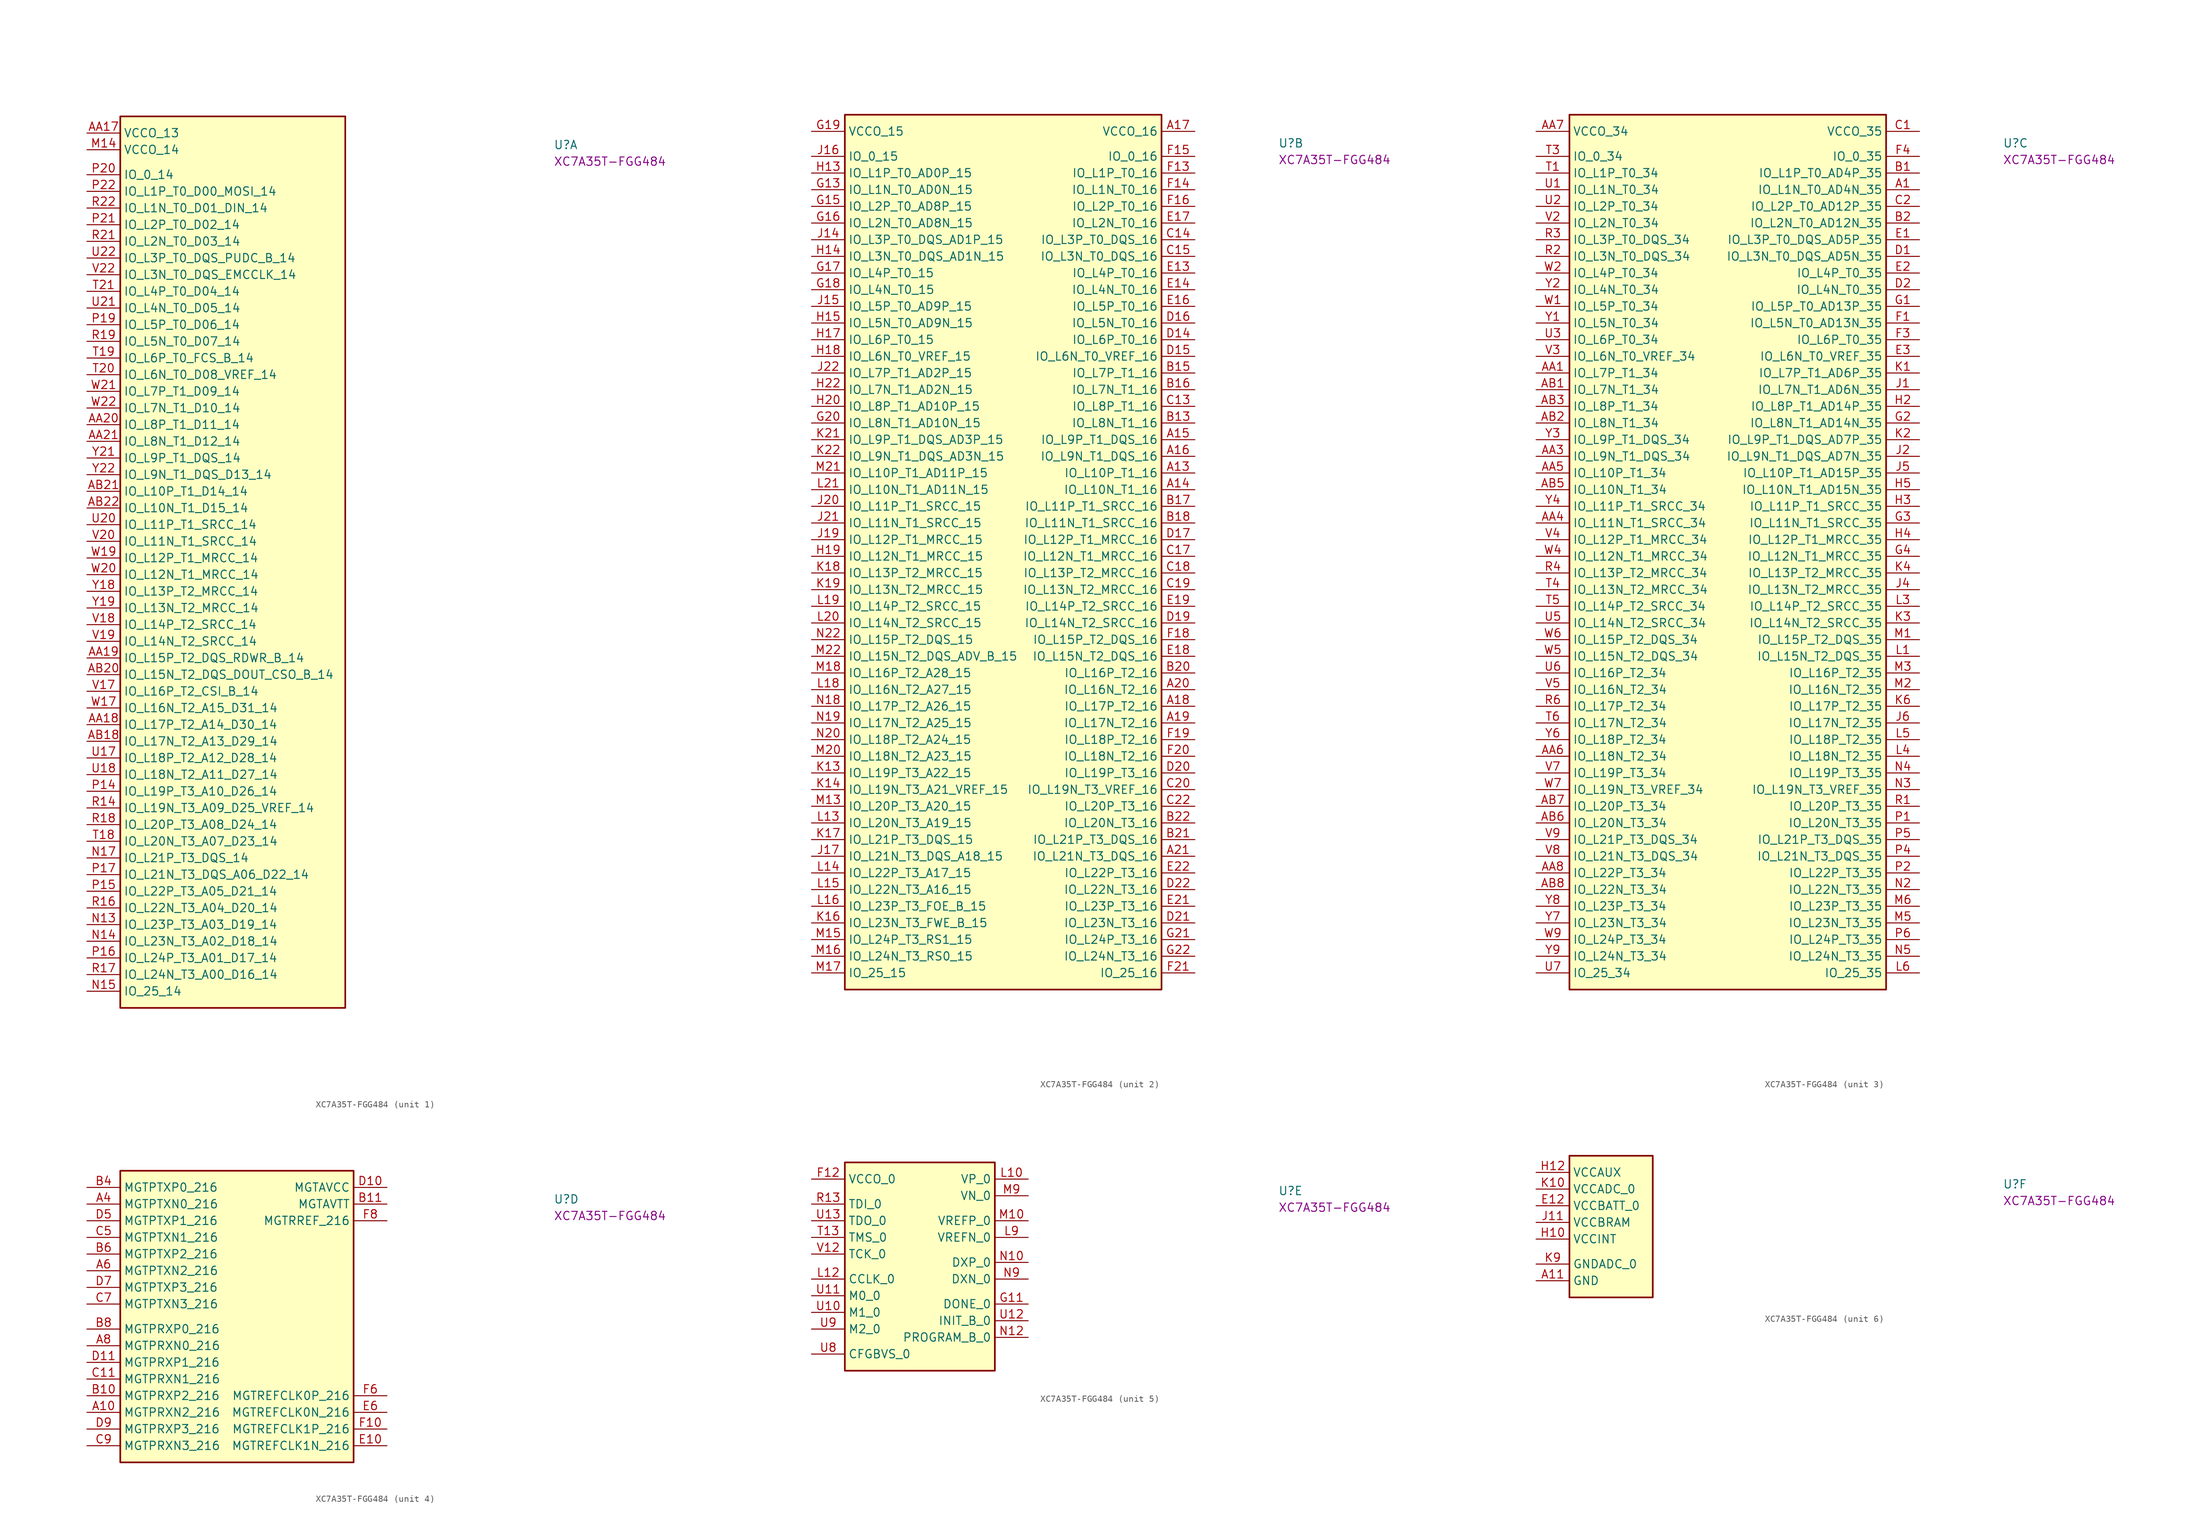
<source format=kicad_sym>
(kicad_symbol_lib
  (version 20220914)
  (generator kicad_symbol_editor)
  (symbol "XC7A35T-FGG484"
    (property "Reference" "U"
      (at 71.12 -2.54 0)
      (effects (font (size 1.27 1.27) (thickness 0.15)) (justify left bottom)))
    (property "MPN" "XC7A35T-FGG484"
      (at 71.12 -5.08 0)
      (effects (font (size 1.27 1.27) (thickness 0.15)) (justify left bottom)))
    (property "ki_locked" ""
      (at 0 0 0)
      (effects (font (size 1.27 1.27))))
    (symbol "XC7A35T-FGG484_1_1"
      (rectangle (start 5.08 2.54) (end 39.37 -133.35) (stroke (width 0.254) (type default)) (fill (type background)))
      (pin power_in line (at 0 0 0) (length 5.08) (name "VCCO_13" (effects (font (size 1.27 1.27)))) (number "AA17" (effects (font (size 1.27 1.27)))))
      (pin bidirectional line (at 0 -90.17 0) (length 5.08) (name "IO_L17P_T2_A14_D30_14" (effects (font (size 1.27 1.27)))) (number "AA18" (effects (font (size 1.27 1.27)))))
      (pin bidirectional line (at 0 -80.01 0) (length 5.08) (name "IO_L15P_T2_DQS_RDWR_B_14" (effects (font (size 1.27 1.27)))) (number "AA19" (effects (font (size 1.27 1.27)))))
      (pin bidirectional line (at 0 -44.45 0) (length 5.08) (name "IO_L8P_T1_D11_14" (effects (font (size 1.27 1.27)))) (number "AA20" (effects (font (size 1.27 1.27)))))
      (pin bidirectional line (at 0 -46.99 0) (length 5.08) (name "IO_L8N_T1_D12_14" (effects (font (size 1.27 1.27)))) (number "AA21" (effects (font (size 1.27 1.27)))))
      (pin passive line (at 0 0 0) (length 5.08) hide (name "VCCO_13" (effects (font (size 1.27 1.27)))) (number "AB14" (effects (font (size 1.27 1.27)))))
      (pin bidirectional line (at 0 -92.71 0) (length 5.08) (name "IO_L17N_T2_A13_D29_14" (effects (font (size 1.27 1.27)))) (number "AB18" (effects (font (size 1.27 1.27)))))
      (pin bidirectional line (at 0 -82.55 0) (length 5.08) (name "IO_L15N_T2_DQS_DOUT_CSO_B_14" (effects (font (size 1.27 1.27)))) (number "AB20" (effects (font (size 1.27 1.27)))))
      (pin bidirectional line (at 0 -54.61 0) (length 5.08) (name "IO_L10P_T1_D14_14" (effects (font (size 1.27 1.27)))) (number "AB21" (effects (font (size 1.27 1.27)))))
      (pin bidirectional line (at 0 -57.15 0) (length 5.08) (name "IO_L10N_T1_D15_14" (effects (font (size 1.27 1.27)))) (number "AB22" (effects (font (size 1.27 1.27)))))
      (pin power_in line (at 0 -2.54 0) (length 5.08) (name "VCCO_14" (effects (font (size 1.27 1.27)))) (number "M14" (effects (font (size 1.27 1.27)))))
      (pin bidirectional line (at 0 -120.65 0) (length 5.08) (name "IO_L23P_T3_A03_D19_14" (effects (font (size 1.27 1.27)))) (number "N13" (effects (font (size 1.27 1.27)))))
      (pin bidirectional line (at 0 -123.19 0) (length 5.08) (name "IO_L23N_T3_A02_D18_14" (effects (font (size 1.27 1.27)))) (number "N14" (effects (font (size 1.27 1.27)))))
      (pin bidirectional line (at 0 -130.81 0) (length 5.08) (name "IO_25_14" (effects (font (size 1.27 1.27)))) (number "N15" (effects (font (size 1.27 1.27)))))
      (pin bidirectional line (at 0 -110.49 0) (length 5.08) (name "IO_L21P_T3_DQS_14" (effects (font (size 1.27 1.27)))) (number "N17" (effects (font (size 1.27 1.27)))))
      (pin bidirectional line (at 0 -100.33 0) (length 5.08) (name "IO_L19P_T3_A10_D26_14" (effects (font (size 1.27 1.27)))) (number "P14" (effects (font (size 1.27 1.27)))))
      (pin bidirectional line (at 0 -115.57 0) (length 5.08) (name "IO_L22P_T3_A05_D21_14" (effects (font (size 1.27 1.27)))) (number "P15" (effects (font (size 1.27 1.27)))))
      (pin bidirectional line (at 0 -125.73 0) (length 5.08) (name "IO_L24P_T3_A01_D17_14" (effects (font (size 1.27 1.27)))) (number "P16" (effects (font (size 1.27 1.27)))))
      (pin bidirectional line (at 0 -113.03 0) (length 5.08) (name "IO_L21N_T3_DQS_A06_D22_14" (effects (font (size 1.27 1.27)))) (number "P17" (effects (font (size 1.27 1.27)))))
      (pin passive line (at 0 -2.54 0) (length 5.08) hide (name "VCCO_14" (effects (font (size 1.27 1.27)))) (number "P18" (effects (font (size 1.27 1.27)))))
      (pin bidirectional line (at 0 -29.21 0) (length 5.08) (name "IO_L5P_T0_D06_14" (effects (font (size 1.27 1.27)))) (number "P19" (effects (font (size 1.27 1.27)))))
      (pin bidirectional line (at 0 -6.35 0) (length 5.08) (name "IO_0_14" (effects (font (size 1.27 1.27)))) (number "P20" (effects (font (size 1.27 1.27)))))
      (pin bidirectional line (at 0 -13.97 0) (length 5.08) (name "IO_L2P_T0_D02_14" (effects (font (size 1.27 1.27)))) (number "P21" (effects (font (size 1.27 1.27)))))
      (pin bidirectional line (at 0 -8.89 0) (length 5.08) (name "IO_L1P_T0_D00_MOSI_14" (effects (font (size 1.27 1.27)))) (number "P22" (effects (font (size 1.27 1.27)))))
      (pin bidirectional line (at 0 -102.87 0) (length 5.08) (name "IO_L19N_T3_A09_D25_VREF_14" (effects (font (size 1.27 1.27)))) (number "R14" (effects (font (size 1.27 1.27)))))
      (pin passive line (at 0 -2.54 0) (length 5.08) hide (name "VCCO_14" (effects (font (size 1.27 1.27)))) (number "R15" (effects (font (size 1.27 1.27)))))
      (pin bidirectional line (at 0 -118.11 0) (length 5.08) (name "IO_L22N_T3_A04_D20_14" (effects (font (size 1.27 1.27)))) (number "R16" (effects (font (size 1.27 1.27)))))
      (pin bidirectional line (at 0 -128.27 0) (length 5.08) (name "IO_L24N_T3_A00_D16_14" (effects (font (size 1.27 1.27)))) (number "R17" (effects (font (size 1.27 1.27)))))
      (pin bidirectional line (at 0 -105.41 0) (length 5.08) (name "IO_L20P_T3_A08_D24_14" (effects (font (size 1.27 1.27)))) (number "R18" (effects (font (size 1.27 1.27)))))
      (pin bidirectional line (at 0 -31.75 0) (length 5.08) (name "IO_L5N_T0_D07_14" (effects (font (size 1.27 1.27)))) (number "R19" (effects (font (size 1.27 1.27)))))
      (pin bidirectional line (at 0 -16.51 0) (length 5.08) (name "IO_L2N_T0_D03_14" (effects (font (size 1.27 1.27)))) (number "R21" (effects (font (size 1.27 1.27)))))
      (pin bidirectional line (at 0 -11.43 0) (length 5.08) (name "IO_L1N_T0_D01_DIN_14" (effects (font (size 1.27 1.27)))) (number "R22" (effects (font (size 1.27 1.27)))))
      (pin bidirectional line (at 0 -107.95 0) (length 5.08) (name "IO_L20N_T3_A07_D23_14" (effects (font (size 1.27 1.27)))) (number "T18" (effects (font (size 1.27 1.27)))))
      (pin bidirectional line (at 0 -34.29 0) (length 5.08) (name "IO_L6P_T0_FCS_B_14" (effects (font (size 1.27 1.27)))) (number "T19" (effects (font (size 1.27 1.27)))))
      (pin bidirectional line (at 0 -36.83 0) (length 5.08) (name "IO_L6N_T0_D08_VREF_14" (effects (font (size 1.27 1.27)))) (number "T20" (effects (font (size 1.27 1.27)))))
      (pin bidirectional line (at 0 -24.13 0) (length 5.08) (name "IO_L4P_T0_D04_14" (effects (font (size 1.27 1.27)))) (number "T21" (effects (font (size 1.27 1.27)))))
      (pin passive line (at 0 -2.54 0) (length 5.08) hide (name "VCCO_14" (effects (font (size 1.27 1.27)))) (number "T22" (effects (font (size 1.27 1.27)))))
      (pin bidirectional line (at 0 -95.25 0) (length 5.08) (name "IO_L18P_T2_A12_D28_14" (effects (font (size 1.27 1.27)))) (number "U17" (effects (font (size 1.27 1.27)))))
      (pin bidirectional line (at 0 -97.79 0) (length 5.08) (name "IO_L18N_T2_A11_D27_14" (effects (font (size 1.27 1.27)))) (number "U18" (effects (font (size 1.27 1.27)))))
      (pin passive line (at 0 -2.54 0) (length 5.08) hide (name "VCCO_14" (effects (font (size 1.27 1.27)))) (number "U19" (effects (font (size 1.27 1.27)))))
      (pin bidirectional line (at 0 -59.69 0) (length 5.08) (name "IO_L11P_T1_SRCC_14" (effects (font (size 1.27 1.27)))) (number "U20" (effects (font (size 1.27 1.27)))))
      (pin bidirectional line (at 0 -26.67 0) (length 5.08) (name "IO_L4N_T0_D05_14" (effects (font (size 1.27 1.27)))) (number "U21" (effects (font (size 1.27 1.27)))))
      (pin bidirectional line (at 0 -19.05 0) (length 5.08) (name "IO_L3P_T0_DQS_PUDC_B_14" (effects (font (size 1.27 1.27)))) (number "U22" (effects (font (size 1.27 1.27)))))
      (pin passive line (at 0 0 0) (length 5.08) hide (name "VCCO_13" (effects (font (size 1.27 1.27)))) (number "V16" (effects (font (size 1.27 1.27)))))
      (pin bidirectional line (at 0 -85.09 0) (length 5.08) (name "IO_L16P_T2_CSI_B_14" (effects (font (size 1.27 1.27)))) (number "V17" (effects (font (size 1.27 1.27)))))
      (pin bidirectional line (at 0 -74.93 0) (length 5.08) (name "IO_L14P_T2_SRCC_14" (effects (font (size 1.27 1.27)))) (number "V18" (effects (font (size 1.27 1.27)))))
      (pin bidirectional line (at 0 -77.47 0) (length 5.08) (name "IO_L14N_T2_SRCC_14" (effects (font (size 1.27 1.27)))) (number "V19" (effects (font (size 1.27 1.27)))))
      (pin bidirectional line (at 0 -62.23 0) (length 5.08) (name "IO_L11N_T1_SRCC_14" (effects (font (size 1.27 1.27)))) (number "V20" (effects (font (size 1.27 1.27)))))
      (pin bidirectional line (at 0 -21.59 0) (length 5.08) (name "IO_L3N_T0_DQS_EMCCLK_14" (effects (font (size 1.27 1.27)))) (number "V22" (effects (font (size 1.27 1.27)))))
      (pin passive line (at 0 0 0) (length 5.08) hide (name "VCCO_13" (effects (font (size 1.27 1.27)))) (number "W13" (effects (font (size 1.27 1.27)))))
      (pin bidirectional line (at 0 -87.63 0) (length 5.08) (name "IO_L16N_T2_A15_D31_14" (effects (font (size 1.27 1.27)))) (number "W17" (effects (font (size 1.27 1.27)))))
      (pin bidirectional line (at 0 -64.77 0) (length 5.08) (name "IO_L12P_T1_MRCC_14" (effects (font (size 1.27 1.27)))) (number "W19" (effects (font (size 1.27 1.27)))))
      (pin bidirectional line (at 0 -67.31 0) (length 5.08) (name "IO_L12N_T1_MRCC_14" (effects (font (size 1.27 1.27)))) (number "W20" (effects (font (size 1.27 1.27)))))
      (pin bidirectional line (at 0 -39.37 0) (length 5.08) (name "IO_L7P_T1_D09_14" (effects (font (size 1.27 1.27)))) (number "W21" (effects (font (size 1.27 1.27)))))
      (pin bidirectional line (at 0 -41.91 0) (length 5.08) (name "IO_L7N_T1_D10_14" (effects (font (size 1.27 1.27)))) (number "W22" (effects (font (size 1.27 1.27)))))
      (pin passive line (at 0 0 0) (length 5.08) hide (name "VCCO_13" (effects (font (size 1.27 1.27)))) (number "Y10" (effects (font (size 1.27 1.27)))))
      (pin bidirectional line (at 0 -69.85 0) (length 5.08) (name "IO_L13P_T2_MRCC_14" (effects (font (size 1.27 1.27)))) (number "Y18" (effects (font (size 1.27 1.27)))))
      (pin bidirectional line (at 0 -72.39 0) (length 5.08) (name "IO_L13N_T2_MRCC_14" (effects (font (size 1.27 1.27)))) (number "Y19" (effects (font (size 1.27 1.27)))))
      (pin passive line (at 0 -2.54 0) (length 5.08) hide (name "VCCO_14" (effects (font (size 1.27 1.27)))) (number "Y20" (effects (font (size 1.27 1.27)))))
      (pin bidirectional line (at 0 -49.53 0) (length 5.08) (name "IO_L9P_T1_DQS_14" (effects (font (size 1.27 1.27)))) (number "Y21" (effects (font (size 1.27 1.27)))))
      (pin bidirectional line (at 0 -52.07 0) (length 5.08) (name "IO_L9N_T1_DQS_D13_14" (effects (font (size 1.27 1.27)))) (number "Y22" (effects (font (size 1.27 1.27))))))
    (symbol "XC7A35T-FGG484_2_1"
      (rectangle (start 5.08 2.54) (end 53.34 -130.81) (stroke (width 0.254) (type default)) (fill (type background)))
      (pin bidirectional line (at 58.42 -52.07 180) (length 5.08) (name "IO_L10P_T1_16" (effects (font (size 1.27 1.27)))) (number "A13" (effects (font (size 1.27 1.27)))))
      (pin bidirectional line (at 58.42 -54.61 180) (length 5.08) (name "IO_L10N_T1_16" (effects (font (size 1.27 1.27)))) (number "A14" (effects (font (size 1.27 1.27)))))
      (pin bidirectional line (at 58.42 -46.99 180) (length 5.08) (name "IO_L9P_T1_DQS_16" (effects (font (size 1.27 1.27)))) (number "A15" (effects (font (size 1.27 1.27)))))
      (pin bidirectional line (at 58.42 -49.53 180) (length 5.08) (name "IO_L9N_T1_DQS_16" (effects (font (size 1.27 1.27)))) (number "A16" (effects (font (size 1.27 1.27)))))
      (pin power_in line (at 58.42 0 180) (length 5.08) (name "VCCO_16" (effects (font (size 1.27 1.27)))) (number "A17" (effects (font (size 1.27 1.27)))))
      (pin bidirectional line (at 58.42 -87.63 180) (length 5.08) (name "IO_L17P_T2_16" (effects (font (size 1.27 1.27)))) (number "A18" (effects (font (size 1.27 1.27)))))
      (pin bidirectional line (at 58.42 -90.17 180) (length 5.08) (name "IO_L17N_T2_16" (effects (font (size 1.27 1.27)))) (number "A19" (effects (font (size 1.27 1.27)))))
      (pin bidirectional line (at 58.42 -85.09 180) (length 5.08) (name "IO_L16N_T2_16" (effects (font (size 1.27 1.27)))) (number "A20" (effects (font (size 1.27 1.27)))))
      (pin bidirectional line (at 58.42 -110.49 180) (length 5.08) (name "IO_L21N_T3_DQS_16" (effects (font (size 1.27 1.27)))) (number "A21" (effects (font (size 1.27 1.27)))))
      (pin bidirectional line (at 58.42 -44.45 180) (length 5.08) (name "IO_L8N_T1_16" (effects (font (size 1.27 1.27)))) (number "B13" (effects (font (size 1.27 1.27)))))
      (pin passive line (at 58.42 0 180) (length 5.08) hide (name "VCCO_16" (effects (font (size 1.27 1.27)))) (number "B14" (effects (font (size 1.27 1.27)))))
      (pin bidirectional line (at 58.42 -36.83 180) (length 5.08) (name "IO_L7P_T1_16" (effects (font (size 1.27 1.27)))) (number "B15" (effects (font (size 1.27 1.27)))))
      (pin bidirectional line (at 58.42 -39.37 180) (length 5.08) (name "IO_L7N_T1_16" (effects (font (size 1.27 1.27)))) (number "B16" (effects (font (size 1.27 1.27)))))
      (pin bidirectional line (at 58.42 -57.15 180) (length 5.08) (name "IO_L11P_T1_SRCC_16" (effects (font (size 1.27 1.27)))) (number "B17" (effects (font (size 1.27 1.27)))))
      (pin bidirectional line (at 58.42 -59.69 180) (length 5.08) (name "IO_L11N_T1_SRCC_16" (effects (font (size 1.27 1.27)))) (number "B18" (effects (font (size 1.27 1.27)))))
      (pin bidirectional line (at 58.42 -82.55 180) (length 5.08) (name "IO_L16P_T2_16" (effects (font (size 1.27 1.27)))) (number "B20" (effects (font (size 1.27 1.27)))))
      (pin bidirectional line (at 58.42 -107.95 180) (length 5.08) (name "IO_L21P_T3_DQS_16" (effects (font (size 1.27 1.27)))) (number "B21" (effects (font (size 1.27 1.27)))))
      (pin bidirectional line (at 58.42 -105.41 180) (length 5.08) (name "IO_L20N_T3_16" (effects (font (size 1.27 1.27)))) (number "B22" (effects (font (size 1.27 1.27)))))
      (pin bidirectional line (at 58.42 -41.91 180) (length 5.08) (name "IO_L8P_T1_16" (effects (font (size 1.27 1.27)))) (number "C13" (effects (font (size 1.27 1.27)))))
      (pin bidirectional line (at 58.42 -16.51 180) (length 5.08) (name "IO_L3P_T0_DQS_16" (effects (font (size 1.27 1.27)))) (number "C14" (effects (font (size 1.27 1.27)))))
      (pin bidirectional line (at 58.42 -19.05 180) (length 5.08) (name "IO_L3N_T0_DQS_16" (effects (font (size 1.27 1.27)))) (number "C15" (effects (font (size 1.27 1.27)))))
      (pin bidirectional line (at 58.42 -64.77 180) (length 5.08) (name "IO_L12N_T1_MRCC_16" (effects (font (size 1.27 1.27)))) (number "C17" (effects (font (size 1.27 1.27)))))
      (pin bidirectional line (at 58.42 -67.31 180) (length 5.08) (name "IO_L13P_T2_MRCC_16" (effects (font (size 1.27 1.27)))) (number "C18" (effects (font (size 1.27 1.27)))))
      (pin bidirectional line (at 58.42 -69.85 180) (length 5.08) (name "IO_L13N_T2_MRCC_16" (effects (font (size 1.27 1.27)))) (number "C19" (effects (font (size 1.27 1.27)))))
      (pin bidirectional line (at 58.42 -100.33 180) (length 5.08) (name "IO_L19N_T3_VREF_16" (effects (font (size 1.27 1.27)))) (number "C20" (effects (font (size 1.27 1.27)))))
      (pin passive line (at 58.42 0 180) (length 5.08) hide (name "VCCO_16" (effects (font (size 1.27 1.27)))) (number "C21" (effects (font (size 1.27 1.27)))))
      (pin bidirectional line (at 58.42 -102.87 180) (length 5.08) (name "IO_L20P_T3_16" (effects (font (size 1.27 1.27)))) (number "C22" (effects (font (size 1.27 1.27)))))
      (pin bidirectional line (at 58.42 -31.75 180) (length 5.08) (name "IO_L6P_T0_16" (effects (font (size 1.27 1.27)))) (number "D14" (effects (font (size 1.27 1.27)))))
      (pin bidirectional line (at 58.42 -34.29 180) (length 5.08) (name "IO_L6N_T0_VREF_16" (effects (font (size 1.27 1.27)))) (number "D15" (effects (font (size 1.27 1.27)))))
      (pin bidirectional line (at 58.42 -29.21 180) (length 5.08) (name "IO_L5N_T0_16" (effects (font (size 1.27 1.27)))) (number "D16" (effects (font (size 1.27 1.27)))))
      (pin bidirectional line (at 58.42 -62.23 180) (length 5.08) (name "IO_L12P_T1_MRCC_16" (effects (font (size 1.27 1.27)))) (number "D17" (effects (font (size 1.27 1.27)))))
      (pin passive line (at 58.42 0 180) (length 5.08) hide (name "VCCO_16" (effects (font (size 1.27 1.27)))) (number "D18" (effects (font (size 1.27 1.27)))))
      (pin bidirectional line (at 58.42 -74.93 180) (length 5.08) (name "IO_L14N_T2_SRCC_16" (effects (font (size 1.27 1.27)))) (number "D19" (effects (font (size 1.27 1.27)))))
      (pin bidirectional line (at 58.42 -97.79 180) (length 5.08) (name "IO_L19P_T3_16" (effects (font (size 1.27 1.27)))) (number "D20" (effects (font (size 1.27 1.27)))))
      (pin bidirectional line (at 58.42 -120.65 180) (length 5.08) (name "IO_L23N_T3_16" (effects (font (size 1.27 1.27)))) (number "D21" (effects (font (size 1.27 1.27)))))
      (pin bidirectional line (at 58.42 -115.57 180) (length 5.08) (name "IO_L22N_T3_16" (effects (font (size 1.27 1.27)))) (number "D22" (effects (font (size 1.27 1.27)))))
      (pin bidirectional line (at 58.42 -21.59 180) (length 5.08) (name "IO_L4P_T0_16" (effects (font (size 1.27 1.27)))) (number "E13" (effects (font (size 1.27 1.27)))))
      (pin bidirectional line (at 58.42 -24.13 180) (length 5.08) (name "IO_L4N_T0_16" (effects (font (size 1.27 1.27)))) (number "E14" (effects (font (size 1.27 1.27)))))
      (pin passive line (at 58.42 0 180) (length 5.08) hide (name "VCCO_16" (effects (font (size 1.27 1.27)))) (number "E15" (effects (font (size 1.27 1.27)))))
      (pin bidirectional line (at 58.42 -26.67 180) (length 5.08) (name "IO_L5P_T0_16" (effects (font (size 1.27 1.27)))) (number "E16" (effects (font (size 1.27 1.27)))))
      (pin bidirectional line (at 58.42 -13.97 180) (length 5.08) (name "IO_L2N_T0_16" (effects (font (size 1.27 1.27)))) (number "E17" (effects (font (size 1.27 1.27)))))
      (pin bidirectional line (at 58.42 -80.01 180) (length 5.08) (name "IO_L15N_T2_DQS_16" (effects (font (size 1.27 1.27)))) (number "E18" (effects (font (size 1.27 1.27)))))
      (pin bidirectional line (at 58.42 -72.39 180) (length 5.08) (name "IO_L14P_T2_SRCC_16" (effects (font (size 1.27 1.27)))) (number "E19" (effects (font (size 1.27 1.27)))))
      (pin bidirectional line (at 58.42 -118.11 180) (length 5.08) (name "IO_L23P_T3_16" (effects (font (size 1.27 1.27)))) (number "E21" (effects (font (size 1.27 1.27)))))
      (pin bidirectional line (at 58.42 -113.03 180) (length 5.08) (name "IO_L22P_T3_16" (effects (font (size 1.27 1.27)))) (number "E22" (effects (font (size 1.27 1.27)))))
      (pin bidirectional line (at 58.42 -6.35 180) (length 5.08) (name "IO_L1P_T0_16" (effects (font (size 1.27 1.27)))) (number "F13" (effects (font (size 1.27 1.27)))))
      (pin bidirectional line (at 58.42 -8.89 180) (length 5.08) (name "IO_L1N_T0_16" (effects (font (size 1.27 1.27)))) (number "F14" (effects (font (size 1.27 1.27)))))
      (pin bidirectional line (at 58.42 -3.81 180) (length 5.08) (name "IO_0_16" (effects (font (size 1.27 1.27)))) (number "F15" (effects (font (size 1.27 1.27)))))
      (pin bidirectional line (at 58.42 -11.43 180) (length 5.08) (name "IO_L2P_T0_16" (effects (font (size 1.27 1.27)))) (number "F16" (effects (font (size 1.27 1.27)))))
      (pin bidirectional line (at 58.42 -77.47 180) (length 5.08) (name "IO_L15P_T2_DQS_16" (effects (font (size 1.27 1.27)))) (number "F18" (effects (font (size 1.27 1.27)))))
      (pin bidirectional line (at 58.42 -92.71 180) (length 5.08) (name "IO_L18P_T2_16" (effects (font (size 1.27 1.27)))) (number "F19" (effects (font (size 1.27 1.27)))))
      (pin bidirectional line (at 58.42 -95.25 180) (length 5.08) (name "IO_L18N_T2_16" (effects (font (size 1.27 1.27)))) (number "F20" (effects (font (size 1.27 1.27)))))
      (pin bidirectional line (at 58.42 -128.27 180) (length 5.08) (name "IO_25_16" (effects (font (size 1.27 1.27)))) (number "F21" (effects (font (size 1.27 1.27)))))
      (pin passive line (at 58.42 0 180) (length 5.08) hide (name "VCCO_16" (effects (font (size 1.27 1.27)))) (number "F22" (effects (font (size 1.27 1.27)))))
      (pin bidirectional line (at 0 -8.89 0) (length 5.08) (name "IO_L1N_T0_AD0N_15" (effects (font (size 1.27 1.27)))) (number "G13" (effects (font (size 1.27 1.27)))))
      (pin bidirectional line (at 0 -11.43 0) (length 5.08) (name "IO_L2P_T0_AD8P_15" (effects (font (size 1.27 1.27)))) (number "G15" (effects (font (size 1.27 1.27)))))
      (pin bidirectional line (at 0 -13.97 0) (length 5.08) (name "IO_L2N_T0_AD8N_15" (effects (font (size 1.27 1.27)))) (number "G16" (effects (font (size 1.27 1.27)))))
      (pin bidirectional line (at 0 -21.59 0) (length 5.08) (name "IO_L4P_T0_15" (effects (font (size 1.27 1.27)))) (number "G17" (effects (font (size 1.27 1.27)))))
      (pin bidirectional line (at 0 -24.13 0) (length 5.08) (name "IO_L4N_T0_15" (effects (font (size 1.27 1.27)))) (number "G18" (effects (font (size 1.27 1.27)))))
      (pin power_in line (at 0 0 0) (length 5.08) (name "VCCO_15" (effects (font (size 1.27 1.27)))) (number "G19" (effects (font (size 1.27 1.27)))))
      (pin bidirectional line (at 0 -44.45 0) (length 5.08) (name "IO_L8N_T1_AD10N_15" (effects (font (size 1.27 1.27)))) (number "G20" (effects (font (size 1.27 1.27)))))
      (pin bidirectional line (at 58.42 -123.19 180) (length 5.08) (name "IO_L24P_T3_16" (effects (font (size 1.27 1.27)))) (number "G21" (effects (font (size 1.27 1.27)))))
      (pin bidirectional line (at 58.42 -125.73 180) (length 5.08) (name "IO_L24N_T3_16" (effects (font (size 1.27 1.27)))) (number "G22" (effects (font (size 1.27 1.27)))))
      (pin bidirectional line (at 0 -6.35 0) (length 5.08) (name "IO_L1P_T0_AD0P_15" (effects (font (size 1.27 1.27)))) (number "H13" (effects (font (size 1.27 1.27)))))
      (pin bidirectional line (at 0 -19.05 0) (length 5.08) (name "IO_L3N_T0_DQS_AD1N_15" (effects (font (size 1.27 1.27)))) (number "H14" (effects (font (size 1.27 1.27)))))
      (pin bidirectional line (at 0 -29.21 0) (length 5.08) (name "IO_L5N_T0_AD9N_15" (effects (font (size 1.27 1.27)))) (number "H15" (effects (font (size 1.27 1.27)))))
      (pin passive line (at 0 0 0) (length 5.08) hide (name "VCCO_15" (effects (font (size 1.27 1.27)))) (number "H16" (effects (font (size 1.27 1.27)))))
      (pin bidirectional line (at 0 -31.75 0) (length 5.08) (name "IO_L6P_T0_15" (effects (font (size 1.27 1.27)))) (number "H17" (effects (font (size 1.27 1.27)))))
      (pin bidirectional line (at 0 -34.29 0) (length 5.08) (name "IO_L6N_T0_VREF_15" (effects (font (size 1.27 1.27)))) (number "H18" (effects (font (size 1.27 1.27)))))
      (pin bidirectional line (at 0 -64.77 0) (length 5.08) (name "IO_L12N_T1_MRCC_15" (effects (font (size 1.27 1.27)))) (number "H19" (effects (font (size 1.27 1.27)))))
      (pin bidirectional line (at 0 -41.91 0) (length 5.08) (name "IO_L8P_T1_AD10P_15" (effects (font (size 1.27 1.27)))) (number "H20" (effects (font (size 1.27 1.27)))))
      (pin bidirectional line (at 0 -39.37 0) (length 5.08) (name "IO_L7N_T1_AD2N_15" (effects (font (size 1.27 1.27)))) (number "H22" (effects (font (size 1.27 1.27)))))
      (pin passive line (at 0 0 0) (length 5.08) hide (name "VCCO_15" (effects (font (size 1.27 1.27)))) (number "J13" (effects (font (size 1.27 1.27)))))
      (pin bidirectional line (at 0 -16.51 0) (length 5.08) (name "IO_L3P_T0_DQS_AD1P_15" (effects (font (size 1.27 1.27)))) (number "J14" (effects (font (size 1.27 1.27)))))
      (pin bidirectional line (at 0 -26.67 0) (length 5.08) (name "IO_L5P_T0_AD9P_15" (effects (font (size 1.27 1.27)))) (number "J15" (effects (font (size 1.27 1.27)))))
      (pin bidirectional line (at 0 -3.81 0) (length 5.08) (name "IO_0_15" (effects (font (size 1.27 1.27)))) (number "J16" (effects (font (size 1.27 1.27)))))
      (pin bidirectional line (at 0 -110.49 0) (length 5.08) (name "IO_L21N_T3_DQS_A18_15" (effects (font (size 1.27 1.27)))) (number "J17" (effects (font (size 1.27 1.27)))))
      (pin bidirectional line (at 0 -62.23 0) (length 5.08) (name "IO_L12P_T1_MRCC_15" (effects (font (size 1.27 1.27)))) (number "J19" (effects (font (size 1.27 1.27)))))
      (pin bidirectional line (at 0 -57.15 0) (length 5.08) (name "IO_L11P_T1_SRCC_15" (effects (font (size 1.27 1.27)))) (number "J20" (effects (font (size 1.27 1.27)))))
      (pin bidirectional line (at 0 -59.69 0) (length 5.08) (name "IO_L11N_T1_SRCC_15" (effects (font (size 1.27 1.27)))) (number "J21" (effects (font (size 1.27 1.27)))))
      (pin bidirectional line (at 0 -36.83 0) (length 5.08) (name "IO_L7P_T1_AD2P_15" (effects (font (size 1.27 1.27)))) (number "J22" (effects (font (size 1.27 1.27)))))
      (pin bidirectional line (at 0 -97.79 0) (length 5.08) (name "IO_L19P_T3_A22_15" (effects (font (size 1.27 1.27)))) (number "K13" (effects (font (size 1.27 1.27)))))
      (pin bidirectional line (at 0 -100.33 0) (length 5.08) (name "IO_L19N_T3_A21_VREF_15" (effects (font (size 1.27 1.27)))) (number "K14" (effects (font (size 1.27 1.27)))))
      (pin bidirectional line (at 0 -120.65 0) (length 5.08) (name "IO_L23N_T3_FWE_B_15" (effects (font (size 1.27 1.27)))) (number "K16" (effects (font (size 1.27 1.27)))))
      (pin bidirectional line (at 0 -107.95 0) (length 5.08) (name "IO_L21P_T3_DQS_15" (effects (font (size 1.27 1.27)))) (number "K17" (effects (font (size 1.27 1.27)))))
      (pin bidirectional line (at 0 -67.31 0) (length 5.08) (name "IO_L13P_T2_MRCC_15" (effects (font (size 1.27 1.27)))) (number "K18" (effects (font (size 1.27 1.27)))))
      (pin bidirectional line (at 0 -69.85 0) (length 5.08) (name "IO_L13N_T2_MRCC_15" (effects (font (size 1.27 1.27)))) (number "K19" (effects (font (size 1.27 1.27)))))
      (pin passive line (at 0 0 0) (length 5.08) hide (name "VCCO_15" (effects (font (size 1.27 1.27)))) (number "K20" (effects (font (size 1.27 1.27)))))
      (pin bidirectional line (at 0 -46.99 0) (length 5.08) (name "IO_L9P_T1_DQS_AD3P_15" (effects (font (size 1.27 1.27)))) (number "K21" (effects (font (size 1.27 1.27)))))
      (pin bidirectional line (at 0 -49.53 0) (length 5.08) (name "IO_L9N_T1_DQS_AD3N_15" (effects (font (size 1.27 1.27)))) (number "K22" (effects (font (size 1.27 1.27)))))
      (pin bidirectional line (at 0 -105.41 0) (length 5.08) (name "IO_L20N_T3_A19_15" (effects (font (size 1.27 1.27)))) (number "L13" (effects (font (size 1.27 1.27)))))
      (pin bidirectional line (at 0 -113.03 0) (length 5.08) (name "IO_L22P_T3_A17_15" (effects (font (size 1.27 1.27)))) (number "L14" (effects (font (size 1.27 1.27)))))
      (pin bidirectional line (at 0 -115.57 0) (length 5.08) (name "IO_L22N_T3_A16_15" (effects (font (size 1.27 1.27)))) (number "L15" (effects (font (size 1.27 1.27)))))
      (pin bidirectional line (at 0 -118.11 0) (length 5.08) (name "IO_L23P_T3_FOE_B_15" (effects (font (size 1.27 1.27)))) (number "L16" (effects (font (size 1.27 1.27)))))
      (pin passive line (at 0 0 0) (length 5.08) hide (name "VCCO_15" (effects (font (size 1.27 1.27)))) (number "L17" (effects (font (size 1.27 1.27)))))
      (pin bidirectional line (at 0 -85.09 0) (length 5.08) (name "IO_L16N_T2_A27_15" (effects (font (size 1.27 1.27)))) (number "L18" (effects (font (size 1.27 1.27)))))
      (pin bidirectional line (at 0 -72.39 0) (length 5.08) (name "IO_L14P_T2_SRCC_15" (effects (font (size 1.27 1.27)))) (number "L19" (effects (font (size 1.27 1.27)))))
      (pin bidirectional line (at 0 -74.93 0) (length 5.08) (name "IO_L14N_T2_SRCC_15" (effects (font (size 1.27 1.27)))) (number "L20" (effects (font (size 1.27 1.27)))))
      (pin bidirectional line (at 0 -54.61 0) (length 5.08) (name "IO_L10N_T1_AD11N_15" (effects (font (size 1.27 1.27)))) (number "L21" (effects (font (size 1.27 1.27)))))
      (pin bidirectional line (at 0 -102.87 0) (length 5.08) (name "IO_L20P_T3_A20_15" (effects (font (size 1.27 1.27)))) (number "M13" (effects (font (size 1.27 1.27)))))
      (pin bidirectional line (at 0 -123.19 0) (length 5.08) (name "IO_L24P_T3_RS1_15" (effects (font (size 1.27 1.27)))) (number "M15" (effects (font (size 1.27 1.27)))))
      (pin bidirectional line (at 0 -125.73 0) (length 5.08) (name "IO_L24N_T3_RS0_15" (effects (font (size 1.27 1.27)))) (number "M16" (effects (font (size 1.27 1.27)))))
      (pin bidirectional line (at 0 -128.27 0) (length 5.08) (name "IO_25_15" (effects (font (size 1.27 1.27)))) (number "M17" (effects (font (size 1.27 1.27)))))
      (pin bidirectional line (at 0 -82.55 0) (length 5.08) (name "IO_L16P_T2_A28_15" (effects (font (size 1.27 1.27)))) (number "M18" (effects (font (size 1.27 1.27)))))
      (pin bidirectional line (at 0 -95.25 0) (length 5.08) (name "IO_L18N_T2_A23_15" (effects (font (size 1.27 1.27)))) (number "M20" (effects (font (size 1.27 1.27)))))
      (pin bidirectional line (at 0 -52.07 0) (length 5.08) (name "IO_L10P_T1_AD11P_15" (effects (font (size 1.27 1.27)))) (number "M21" (effects (font (size 1.27 1.27)))))
      (pin bidirectional line (at 0 -80.01 0) (length 5.08) (name "IO_L15N_T2_DQS_ADV_B_15" (effects (font (size 1.27 1.27)))) (number "M22" (effects (font (size 1.27 1.27)))))
      (pin bidirectional line (at 0 -87.63 0) (length 5.08) (name "IO_L17P_T2_A26_15" (effects (font (size 1.27 1.27)))) (number "N18" (effects (font (size 1.27 1.27)))))
      (pin bidirectional line (at 0 -90.17 0) (length 5.08) (name "IO_L17N_T2_A25_15" (effects (font (size 1.27 1.27)))) (number "N19" (effects (font (size 1.27 1.27)))))
      (pin bidirectional line (at 0 -92.71 0) (length 5.08) (name "IO_L18P_T2_A24_15" (effects (font (size 1.27 1.27)))) (number "N20" (effects (font (size 1.27 1.27)))))
      (pin passive line (at 0 0 0) (length 5.08) hide (name "VCCO_15" (effects (font (size 1.27 1.27)))) (number "N21" (effects (font (size 1.27 1.27)))))
      (pin bidirectional line (at 0 -77.47 0) (length 5.08) (name "IO_L15P_T2_DQS_15" (effects (font (size 1.27 1.27)))) (number "N22" (effects (font (size 1.27 1.27))))))
    (symbol "XC7A35T-FGG484_3_1"
      (rectangle (start 5.08 2.54) (end 53.34 -130.81) (stroke (width 0.254) (type default)) (fill (type background)))
      (pin bidirectional line (at 58.42 -8.89 180) (length 5.08) (name "IO_L1N_T0_AD4N_35" (effects (font (size 1.27 1.27)))) (number "A1" (effects (font (size 1.27 1.27)))))
      (pin bidirectional line (at 0 -36.83 0) (length 5.08) (name "IO_L7P_T1_34" (effects (font (size 1.27 1.27)))) (number "AA1" (effects (font (size 1.27 1.27)))))
      (pin bidirectional line (at 0 -49.53 0) (length 5.08) (name "IO_L9N_T1_DQS_34" (effects (font (size 1.27 1.27)))) (number "AA3" (effects (font (size 1.27 1.27)))))
      (pin bidirectional line (at 0 -59.69 0) (length 5.08) (name "IO_L11N_T1_SRCC_34" (effects (font (size 1.27 1.27)))) (number "AA4" (effects (font (size 1.27 1.27)))))
      (pin bidirectional line (at 0 -52.07 0) (length 5.08) (name "IO_L10P_T1_34" (effects (font (size 1.27 1.27)))) (number "AA5" (effects (font (size 1.27 1.27)))))
      (pin bidirectional line (at 0 -95.25 0) (length 5.08) (name "IO_L18N_T2_34" (effects (font (size 1.27 1.27)))) (number "AA6" (effects (font (size 1.27 1.27)))))
      (pin power_in line (at 0 0 0) (length 5.08) (name "VCCO_34" (effects (font (size 1.27 1.27)))) (number "AA7" (effects (font (size 1.27 1.27)))))
      (pin bidirectional line (at 0 -113.03 0) (length 5.08) (name "IO_L22P_T3_34" (effects (font (size 1.27 1.27)))) (number "AA8" (effects (font (size 1.27 1.27)))))
      (pin bidirectional line (at 0 -39.37 0) (length 5.08) (name "IO_L7N_T1_34" (effects (font (size 1.27 1.27)))) (number "AB1" (effects (font (size 1.27 1.27)))))
      (pin bidirectional line (at 0 -44.45 0) (length 5.08) (name "IO_L8N_T1_34" (effects (font (size 1.27 1.27)))) (number "AB2" (effects (font (size 1.27 1.27)))))
      (pin bidirectional line (at 0 -41.91 0) (length 5.08) (name "IO_L8P_T1_34" (effects (font (size 1.27 1.27)))) (number "AB3" (effects (font (size 1.27 1.27)))))
      (pin passive line (at 0 0 0) (length 5.08) hide (name "VCCO_34" (effects (font (size 1.27 1.27)))) (number "AB4" (effects (font (size 1.27 1.27)))))
      (pin bidirectional line (at 0 -54.61 0) (length 5.08) (name "IO_L10N_T1_34" (effects (font (size 1.27 1.27)))) (number "AB5" (effects (font (size 1.27 1.27)))))
      (pin bidirectional line (at 0 -105.41 0) (length 5.08) (name "IO_L20N_T3_34" (effects (font (size 1.27 1.27)))) (number "AB6" (effects (font (size 1.27 1.27)))))
      (pin bidirectional line (at 0 -102.87 0) (length 5.08) (name "IO_L20P_T3_34" (effects (font (size 1.27 1.27)))) (number "AB7" (effects (font (size 1.27 1.27)))))
      (pin bidirectional line (at 0 -115.57 0) (length 5.08) (name "IO_L22N_T3_34" (effects (font (size 1.27 1.27)))) (number "AB8" (effects (font (size 1.27 1.27)))))
      (pin bidirectional line (at 58.42 -6.35 180) (length 5.08) (name "IO_L1P_T0_AD4P_35" (effects (font (size 1.27 1.27)))) (number "B1" (effects (font (size 1.27 1.27)))))
      (pin bidirectional line (at 58.42 -13.97 180) (length 5.08) (name "IO_L2N_T0_AD12N_35" (effects (font (size 1.27 1.27)))) (number "B2" (effects (font (size 1.27 1.27)))))
      (pin power_in line (at 58.42 0 180) (length 5.08) (name "VCCO_35" (effects (font (size 1.27 1.27)))) (number "C1" (effects (font (size 1.27 1.27)))))
      (pin bidirectional line (at 58.42 -11.43 180) (length 5.08) (name "IO_L2P_T0_AD12P_35" (effects (font (size 1.27 1.27)))) (number "C2" (effects (font (size 1.27 1.27)))))
      (pin bidirectional line (at 58.42 -19.05 180) (length 5.08) (name "IO_L3N_T0_DQS_AD5N_35" (effects (font (size 1.27 1.27)))) (number "D1" (effects (font (size 1.27 1.27)))))
      (pin bidirectional line (at 58.42 -24.13 180) (length 5.08) (name "IO_L4N_T0_35" (effects (font (size 1.27 1.27)))) (number "D2" (effects (font (size 1.27 1.27)))))
      (pin bidirectional line (at 58.42 -16.51 180) (length 5.08) (name "IO_L3P_T0_DQS_AD5P_35" (effects (font (size 1.27 1.27)))) (number "E1" (effects (font (size 1.27 1.27)))))
      (pin bidirectional line (at 58.42 -21.59 180) (length 5.08) (name "IO_L4P_T0_35" (effects (font (size 1.27 1.27)))) (number "E2" (effects (font (size 1.27 1.27)))))
      (pin bidirectional line (at 58.42 -34.29 180) (length 5.08) (name "IO_L6N_T0_VREF_35" (effects (font (size 1.27 1.27)))) (number "E3" (effects (font (size 1.27 1.27)))))
      (pin bidirectional line (at 58.42 -29.21 180) (length 5.08) (name "IO_L5N_T0_AD13N_35" (effects (font (size 1.27 1.27)))) (number "F1" (effects (font (size 1.27 1.27)))))
      (pin passive line (at 58.42 0 180) (length 5.08) hide (name "VCCO_35" (effects (font (size 1.27 1.27)))) (number "F2" (effects (font (size 1.27 1.27)))))
      (pin bidirectional line (at 58.42 -31.75 180) (length 5.08) (name "IO_L6P_T0_35" (effects (font (size 1.27 1.27)))) (number "F3" (effects (font (size 1.27 1.27)))))
      (pin bidirectional line (at 58.42 -3.81 180) (length 5.08) (name "IO_0_35" (effects (font (size 1.27 1.27)))) (number "F4" (effects (font (size 1.27 1.27)))))
      (pin bidirectional line (at 58.42 -26.67 180) (length 5.08) (name "IO_L5P_T0_AD13P_35" (effects (font (size 1.27 1.27)))) (number "G1" (effects (font (size 1.27 1.27)))))
      (pin bidirectional line (at 58.42 -44.45 180) (length 5.08) (name "IO_L8N_T1_AD14N_35" (effects (font (size 1.27 1.27)))) (number "G2" (effects (font (size 1.27 1.27)))))
      (pin bidirectional line (at 58.42 -59.69 180) (length 5.08) (name "IO_L11N_T1_SRCC_35" (effects (font (size 1.27 1.27)))) (number "G3" (effects (font (size 1.27 1.27)))))
      (pin bidirectional line (at 58.42 -64.77 180) (length 5.08) (name "IO_L12N_T1_MRCC_35" (effects (font (size 1.27 1.27)))) (number "G4" (effects (font (size 1.27 1.27)))))
      (pin bidirectional line (at 58.42 -41.91 180) (length 5.08) (name "IO_L8P_T1_AD14P_35" (effects (font (size 1.27 1.27)))) (number "H2" (effects (font (size 1.27 1.27)))))
      (pin bidirectional line (at 58.42 -57.15 180) (length 5.08) (name "IO_L11P_T1_SRCC_35" (effects (font (size 1.27 1.27)))) (number "H3" (effects (font (size 1.27 1.27)))))
      (pin bidirectional line (at 58.42 -62.23 180) (length 5.08) (name "IO_L12P_T1_MRCC_35" (effects (font (size 1.27 1.27)))) (number "H4" (effects (font (size 1.27 1.27)))))
      (pin bidirectional line (at 58.42 -54.61 180) (length 5.08) (name "IO_L10N_T1_AD15N_35" (effects (font (size 1.27 1.27)))) (number "H5" (effects (font (size 1.27 1.27)))))
      (pin passive line (at 58.42 0 180) (length 5.08) hide (name "VCCO_35" (effects (font (size 1.27 1.27)))) (number "H6" (effects (font (size 1.27 1.27)))))
      (pin bidirectional line (at 58.42 -39.37 180) (length 5.08) (name "IO_L7N_T1_AD6N_35" (effects (font (size 1.27 1.27)))) (number "J1" (effects (font (size 1.27 1.27)))))
      (pin bidirectional line (at 58.42 -49.53 180) (length 5.08) (name "IO_L9N_T1_DQS_AD7N_35" (effects (font (size 1.27 1.27)))) (number "J2" (effects (font (size 1.27 1.27)))))
      (pin passive line (at 58.42 0 180) (length 5.08) hide (name "VCCO_35" (effects (font (size 1.27 1.27)))) (number "J3" (effects (font (size 1.27 1.27)))))
      (pin bidirectional line (at 58.42 -69.85 180) (length 5.08) (name "IO_L13N_T2_MRCC_35" (effects (font (size 1.27 1.27)))) (number "J4" (effects (font (size 1.27 1.27)))))
      (pin bidirectional line (at 58.42 -52.07 180) (length 5.08) (name "IO_L10P_T1_AD15P_35" (effects (font (size 1.27 1.27)))) (number "J5" (effects (font (size 1.27 1.27)))))
      (pin bidirectional line (at 58.42 -90.17 180) (length 5.08) (name "IO_L17N_T2_35" (effects (font (size 1.27 1.27)))) (number "J6" (effects (font (size 1.27 1.27)))))
      (pin bidirectional line (at 58.42 -36.83 180) (length 5.08) (name "IO_L7P_T1_AD6P_35" (effects (font (size 1.27 1.27)))) (number "K1" (effects (font (size 1.27 1.27)))))
      (pin bidirectional line (at 58.42 -46.99 180) (length 5.08) (name "IO_L9P_T1_DQS_AD7P_35" (effects (font (size 1.27 1.27)))) (number "K2" (effects (font (size 1.27 1.27)))))
      (pin bidirectional line (at 58.42 -74.93 180) (length 5.08) (name "IO_L14N_T2_SRCC_35" (effects (font (size 1.27 1.27)))) (number "K3" (effects (font (size 1.27 1.27)))))
      (pin bidirectional line (at 58.42 -67.31 180) (length 5.08) (name "IO_L13P_T2_MRCC_35" (effects (font (size 1.27 1.27)))) (number "K4" (effects (font (size 1.27 1.27)))))
      (pin bidirectional line (at 58.42 -87.63 180) (length 5.08) (name "IO_L17P_T2_35" (effects (font (size 1.27 1.27)))) (number "K6" (effects (font (size 1.27 1.27)))))
      (pin bidirectional line (at 58.42 -80.01 180) (length 5.08) (name "IO_L15N_T2_DQS_35" (effects (font (size 1.27 1.27)))) (number "L1" (effects (font (size 1.27 1.27)))))
      (pin bidirectional line (at 58.42 -72.39 180) (length 5.08) (name "IO_L14P_T2_SRCC_35" (effects (font (size 1.27 1.27)))) (number "L3" (effects (font (size 1.27 1.27)))))
      (pin bidirectional line (at 58.42 -95.25 180) (length 5.08) (name "IO_L18N_T2_35" (effects (font (size 1.27 1.27)))) (number "L4" (effects (font (size 1.27 1.27)))))
      (pin bidirectional line (at 58.42 -92.71 180) (length 5.08) (name "IO_L18P_T2_35" (effects (font (size 1.27 1.27)))) (number "L5" (effects (font (size 1.27 1.27)))))
      (pin bidirectional line (at 58.42 -128.27 180) (length 5.08) (name "IO_25_35" (effects (font (size 1.27 1.27)))) (number "L6" (effects (font (size 1.27 1.27)))))
      (pin bidirectional line (at 58.42 -77.47 180) (length 5.08) (name "IO_L15P_T2_DQS_35" (effects (font (size 1.27 1.27)))) (number "M1" (effects (font (size 1.27 1.27)))))
      (pin bidirectional line (at 58.42 -85.09 180) (length 5.08) (name "IO_L16N_T2_35" (effects (font (size 1.27 1.27)))) (number "M2" (effects (font (size 1.27 1.27)))))
      (pin bidirectional line (at 58.42 -82.55 180) (length 5.08) (name "IO_L16P_T2_35" (effects (font (size 1.27 1.27)))) (number "M3" (effects (font (size 1.27 1.27)))))
      (pin passive line (at 58.42 0 180) (length 5.08) hide (name "VCCO_35" (effects (font (size 1.27 1.27)))) (number "M4" (effects (font (size 1.27 1.27)))))
      (pin bidirectional line (at 58.42 -120.65 180) (length 5.08) (name "IO_L23N_T3_35" (effects (font (size 1.27 1.27)))) (number "M5" (effects (font (size 1.27 1.27)))))
      (pin bidirectional line (at 58.42 -118.11 180) (length 5.08) (name "IO_L23P_T3_35" (effects (font (size 1.27 1.27)))) (number "M6" (effects (font (size 1.27 1.27)))))
      (pin passive line (at 58.42 0 180) (length 5.08) hide (name "VCCO_35" (effects (font (size 1.27 1.27)))) (number "N1" (effects (font (size 1.27 1.27)))))
      (pin bidirectional line (at 58.42 -115.57 180) (length 5.08) (name "IO_L22N_T3_35" (effects (font (size 1.27 1.27)))) (number "N2" (effects (font (size 1.27 1.27)))))
      (pin bidirectional line (at 58.42 -100.33 180) (length 5.08) (name "IO_L19N_T3_VREF_35" (effects (font (size 1.27 1.27)))) (number "N3" (effects (font (size 1.27 1.27)))))
      (pin bidirectional line (at 58.42 -97.79 180) (length 5.08) (name "IO_L19P_T3_35" (effects (font (size 1.27 1.27)))) (number "N4" (effects (font (size 1.27 1.27)))))
      (pin bidirectional line (at 58.42 -125.73 180) (length 5.08) (name "IO_L24N_T3_35" (effects (font (size 1.27 1.27)))) (number "N5" (effects (font (size 1.27 1.27)))))
      (pin bidirectional line (at 58.42 -105.41 180) (length 5.08) (name "IO_L20N_T3_35" (effects (font (size 1.27 1.27)))) (number "P1" (effects (font (size 1.27 1.27)))))
      (pin bidirectional line (at 58.42 -113.03 180) (length 5.08) (name "IO_L22P_T3_35" (effects (font (size 1.27 1.27)))) (number "P2" (effects (font (size 1.27 1.27)))))
      (pin bidirectional line (at 58.42 -110.49 180) (length 5.08) (name "IO_L21N_T3_DQS_35" (effects (font (size 1.27 1.27)))) (number "P4" (effects (font (size 1.27 1.27)))))
      (pin bidirectional line (at 58.42 -107.95 180) (length 5.08) (name "IO_L21P_T3_DQS_35" (effects (font (size 1.27 1.27)))) (number "P5" (effects (font (size 1.27 1.27)))))
      (pin bidirectional line (at 58.42 -123.19 180) (length 5.08) (name "IO_L24P_T3_35" (effects (font (size 1.27 1.27)))) (number "P6" (effects (font (size 1.27 1.27)))))
      (pin bidirectional line (at 58.42 -102.87 180) (length 5.08) (name "IO_L20P_T3_35" (effects (font (size 1.27 1.27)))) (number "R1" (effects (font (size 1.27 1.27)))))
      (pin bidirectional line (at 0 -19.05 0) (length 5.08) (name "IO_L3N_T0_DQS_34" (effects (font (size 1.27 1.27)))) (number "R2" (effects (font (size 1.27 1.27)))))
      (pin bidirectional line (at 0 -16.51 0) (length 5.08) (name "IO_L3P_T0_DQS_34" (effects (font (size 1.27 1.27)))) (number "R3" (effects (font (size 1.27 1.27)))))
      (pin bidirectional line (at 0 -67.31 0) (length 5.08) (name "IO_L13P_T2_MRCC_34" (effects (font (size 1.27 1.27)))) (number "R4" (effects (font (size 1.27 1.27)))))
      (pin passive line (at 0 0 0) (length 5.08) hide (name "VCCO_34" (effects (font (size 1.27 1.27)))) (number "R5" (effects (font (size 1.27 1.27)))))
      (pin bidirectional line (at 0 -87.63 0) (length 5.08) (name "IO_L17P_T2_34" (effects (font (size 1.27 1.27)))) (number "R6" (effects (font (size 1.27 1.27)))))
      (pin bidirectional line (at 0 -6.35 0) (length 5.08) (name "IO_L1P_T0_34" (effects (font (size 1.27 1.27)))) (number "T1" (effects (font (size 1.27 1.27)))))
      (pin passive line (at 0 0 0) (length 5.08) hide (name "VCCO_34" (effects (font (size 1.27 1.27)))) (number "T2" (effects (font (size 1.27 1.27)))))
      (pin bidirectional line (at 0 -3.81 0) (length 5.08) (name "IO_0_34" (effects (font (size 1.27 1.27)))) (number "T3" (effects (font (size 1.27 1.27)))))
      (pin bidirectional line (at 0 -69.85 0) (length 5.08) (name "IO_L13N_T2_MRCC_34" (effects (font (size 1.27 1.27)))) (number "T4" (effects (font (size 1.27 1.27)))))
      (pin bidirectional line (at 0 -72.39 0) (length 5.08) (name "IO_L14P_T2_SRCC_34" (effects (font (size 1.27 1.27)))) (number "T5" (effects (font (size 1.27 1.27)))))
      (pin bidirectional line (at 0 -90.17 0) (length 5.08) (name "IO_L17N_T2_34" (effects (font (size 1.27 1.27)))) (number "T6" (effects (font (size 1.27 1.27)))))
      (pin bidirectional line (at 0 -8.89 0) (length 5.08) (name "IO_L1N_T0_34" (effects (font (size 1.27 1.27)))) (number "U1" (effects (font (size 1.27 1.27)))))
      (pin bidirectional line (at 0 -11.43 0) (length 5.08) (name "IO_L2P_T0_34" (effects (font (size 1.27 1.27)))) (number "U2" (effects (font (size 1.27 1.27)))))
      (pin bidirectional line (at 0 -31.75 0) (length 5.08) (name "IO_L6P_T0_34" (effects (font (size 1.27 1.27)))) (number "U3" (effects (font (size 1.27 1.27)))))
      (pin bidirectional line (at 0 -74.93 0) (length 5.08) (name "IO_L14N_T2_SRCC_34" (effects (font (size 1.27 1.27)))) (number "U5" (effects (font (size 1.27 1.27)))))
      (pin bidirectional line (at 0 -82.55 0) (length 5.08) (name "IO_L16P_T2_34" (effects (font (size 1.27 1.27)))) (number "U6" (effects (font (size 1.27 1.27)))))
      (pin bidirectional line (at 0 -128.27 0) (length 5.08) (name "IO_25_34" (effects (font (size 1.27 1.27)))) (number "U7" (effects (font (size 1.27 1.27)))))
      (pin bidirectional line (at 0 -13.97 0) (length 5.08) (name "IO_L2N_T0_34" (effects (font (size 1.27 1.27)))) (number "V2" (effects (font (size 1.27 1.27)))))
      (pin bidirectional line (at 0 -34.29 0) (length 5.08) (name "IO_L6N_T0_VREF_34" (effects (font (size 1.27 1.27)))) (number "V3" (effects (font (size 1.27 1.27)))))
      (pin bidirectional line (at 0 -62.23 0) (length 5.08) (name "IO_L12P_T1_MRCC_34" (effects (font (size 1.27 1.27)))) (number "V4" (effects (font (size 1.27 1.27)))))
      (pin bidirectional line (at 0 -85.09 0) (length 5.08) (name "IO_L16N_T2_34" (effects (font (size 1.27 1.27)))) (number "V5" (effects (font (size 1.27 1.27)))))
      (pin passive line (at 0 0 0) (length 5.08) hide (name "VCCO_34" (effects (font (size 1.27 1.27)))) (number "V6" (effects (font (size 1.27 1.27)))))
      (pin bidirectional line (at 0 -97.79 0) (length 5.08) (name "IO_L19P_T3_34" (effects (font (size 1.27 1.27)))) (number "V7" (effects (font (size 1.27 1.27)))))
      (pin bidirectional line (at 0 -110.49 0) (length 5.08) (name "IO_L21N_T3_DQS_34" (effects (font (size 1.27 1.27)))) (number "V8" (effects (font (size 1.27 1.27)))))
      (pin bidirectional line (at 0 -107.95 0) (length 5.08) (name "IO_L21P_T3_DQS_34" (effects (font (size 1.27 1.27)))) (number "V9" (effects (font (size 1.27 1.27)))))
      (pin bidirectional line (at 0 -26.67 0) (length 5.08) (name "IO_L5P_T0_34" (effects (font (size 1.27 1.27)))) (number "W1" (effects (font (size 1.27 1.27)))))
      (pin bidirectional line (at 0 -21.59 0) (length 5.08) (name "IO_L4P_T0_34" (effects (font (size 1.27 1.27)))) (number "W2" (effects (font (size 1.27 1.27)))))
      (pin passive line (at 0 0 0) (length 5.08) hide (name "VCCO_34" (effects (font (size 1.27 1.27)))) (number "W3" (effects (font (size 1.27 1.27)))))
      (pin bidirectional line (at 0 -64.77 0) (length 5.08) (name "IO_L12N_T1_MRCC_34" (effects (font (size 1.27 1.27)))) (number "W4" (effects (font (size 1.27 1.27)))))
      (pin bidirectional line (at 0 -80.01 0) (length 5.08) (name "IO_L15N_T2_DQS_34" (effects (font (size 1.27 1.27)))) (number "W5" (effects (font (size 1.27 1.27)))))
      (pin bidirectional line (at 0 -77.47 0) (length 5.08) (name "IO_L15P_T2_DQS_34" (effects (font (size 1.27 1.27)))) (number "W6" (effects (font (size 1.27 1.27)))))
      (pin bidirectional line (at 0 -100.33 0) (length 5.08) (name "IO_L19N_T3_VREF_34" (effects (font (size 1.27 1.27)))) (number "W7" (effects (font (size 1.27 1.27)))))
      (pin bidirectional line (at 0 -123.19 0) (length 5.08) (name "IO_L24P_T3_34" (effects (font (size 1.27 1.27)))) (number "W9" (effects (font (size 1.27 1.27)))))
      (pin bidirectional line (at 0 -29.21 0) (length 5.08) (name "IO_L5N_T0_34" (effects (font (size 1.27 1.27)))) (number "Y1" (effects (font (size 1.27 1.27)))))
      (pin bidirectional line (at 0 -24.13 0) (length 5.08) (name "IO_L4N_T0_34" (effects (font (size 1.27 1.27)))) (number "Y2" (effects (font (size 1.27 1.27)))))
      (pin bidirectional line (at 0 -46.99 0) (length 5.08) (name "IO_L9P_T1_DQS_34" (effects (font (size 1.27 1.27)))) (number "Y3" (effects (font (size 1.27 1.27)))))
      (pin bidirectional line (at 0 -57.15 0) (length 5.08) (name "IO_L11P_T1_SRCC_34" (effects (font (size 1.27 1.27)))) (number "Y4" (effects (font (size 1.27 1.27)))))
      (pin bidirectional line (at 0 -92.71 0) (length 5.08) (name "IO_L18P_T2_34" (effects (font (size 1.27 1.27)))) (number "Y6" (effects (font (size 1.27 1.27)))))
      (pin bidirectional line (at 0 -120.65 0) (length 5.08) (name "IO_L23N_T3_34" (effects (font (size 1.27 1.27)))) (number "Y7" (effects (font (size 1.27 1.27)))))
      (pin bidirectional line (at 0 -118.11 0) (length 5.08) (name "IO_L23P_T3_34" (effects (font (size 1.27 1.27)))) (number "Y8" (effects (font (size 1.27 1.27)))))
      (pin bidirectional line (at 0 -125.73 0) (length 5.08) (name "IO_L24N_T3_34" (effects (font (size 1.27 1.27)))) (number "Y9" (effects (font (size 1.27 1.27))))))
    (symbol "XC7A35T-FGG484_4_1"
      (rectangle (start 5.08 2.54) (end 40.64 -41.91) (stroke (width 0.254) (type default)) (fill (type background)))
      (pin bidirectional line (at 0 -34.29 0) (length 5.08) (name "MGTPRXN2_216" (effects (font (size 1.27 1.27)))) (number "A10" (effects (font (size 1.27 1.27)))))
      (pin bidirectional line (at 0 -2.54 0) (length 5.08) (name "MGTPTXN0_216" (effects (font (size 1.27 1.27)))) (number "A4" (effects (font (size 1.27 1.27)))))
      (pin bidirectional line (at 0 -12.7 0) (length 5.08) (name "MGTPTXN2_216" (effects (font (size 1.27 1.27)))) (number "A6" (effects (font (size 1.27 1.27)))))
      (pin bidirectional line (at 0 -24.13 0) (length 5.08) (name "MGTPRXN0_216" (effects (font (size 1.27 1.27)))) (number "A8" (effects (font (size 1.27 1.27)))))
      (pin bidirectional line (at 0 -31.75 0) (length 5.08) (name "MGTPRXP2_216" (effects (font (size 1.27 1.27)))) (number "B10" (effects (font (size 1.27 1.27)))))
      (pin power_in line (at 45.72 -2.54 180) (length 5.08) (name "MGTAVTT" (effects (font (size 1.27 1.27)))) (number "B11" (effects (font (size 1.27 1.27)))))
      (pin bidirectional line (at 0 0 0) (length 5.08) (name "MGTPTXP0_216" (effects (font (size 1.27 1.27)))) (number "B4" (effects (font (size 1.27 1.27)))))
      (pin passive line (at 45.72 -2.54 180) (length 5.08) hide (name "MGTAVTT" (effects (font (size 1.27 1.27)))) (number "B5" (effects (font (size 1.27 1.27)))))
      (pin bidirectional line (at 0 -10.16 0) (length 5.08) (name "MGTPTXP2_216" (effects (font (size 1.27 1.27)))) (number "B6" (effects (font (size 1.27 1.27)))))
      (pin passive line (at 45.72 -2.54 180) (length 5.08) hide (name "MGTAVTT" (effects (font (size 1.27 1.27)))) (number "B7" (effects (font (size 1.27 1.27)))))
      (pin bidirectional line (at 0 -21.59 0) (length 5.08) (name "MGTPRXP0_216" (effects (font (size 1.27 1.27)))) (number "B8" (effects (font (size 1.27 1.27)))))
      (pin passive line (at 45.72 -2.54 180) (length 5.08) hide (name "MGTAVTT" (effects (font (size 1.27 1.27)))) (number "B9" (effects (font (size 1.27 1.27)))))
      (pin bidirectional line (at 0 -29.21 0) (length 5.08) (name "MGTPRXN1_216" (effects (font (size 1.27 1.27)))) (number "C11" (effects (font (size 1.27 1.27)))))
      (pin passive line (at 45.72 -2.54 180) (length 5.08) hide (name "MGTAVTT" (effects (font (size 1.27 1.27)))) (number "C4" (effects (font (size 1.27 1.27)))))
      (pin bidirectional line (at 0 -7.62 0) (length 5.08) (name "MGTPTXN1_216" (effects (font (size 1.27 1.27)))) (number "C5" (effects (font (size 1.27 1.27)))))
      (pin bidirectional line (at 0 -17.78 0) (length 5.08) (name "MGTPTXN3_216" (effects (font (size 1.27 1.27)))) (number "C7" (effects (font (size 1.27 1.27)))))
      (pin passive line (at 45.72 -2.54 180) (length 5.08) hide (name "MGTAVTT" (effects (font (size 1.27 1.27)))) (number "C8" (effects (font (size 1.27 1.27)))))
      (pin bidirectional line (at 0 -39.37 0) (length 5.08) (name "MGTPRXN3_216" (effects (font (size 1.27 1.27)))) (number "C9" (effects (font (size 1.27 1.27)))))
      (pin power_in line (at 45.72 0 180) (length 5.08) (name "MGTAVCC" (effects (font (size 1.27 1.27)))) (number "D10" (effects (font (size 1.27 1.27)))))
      (pin bidirectional line (at 0 -26.67 0) (length 5.08) (name "MGTPRXP1_216" (effects (font (size 1.27 1.27)))) (number "D11" (effects (font (size 1.27 1.27)))))
      (pin bidirectional line (at 0 -5.08 0) (length 5.08) (name "MGTPTXP1_216" (effects (font (size 1.27 1.27)))) (number "D5" (effects (font (size 1.27 1.27)))))
      (pin passive line (at 45.72 0 180) (length 5.08) hide (name "MGTAVCC" (effects (font (size 1.27 1.27)))) (number "D6" (effects (font (size 1.27 1.27)))))
      (pin bidirectional line (at 0 -15.24 0) (length 5.08) (name "MGTPTXP3_216" (effects (font (size 1.27 1.27)))) (number "D7" (effects (font (size 1.27 1.27)))))
      (pin bidirectional line (at 0 -36.83 0) (length 5.08) (name "MGTPRXP3_216" (effects (font (size 1.27 1.27)))) (number "D9" (effects (font (size 1.27 1.27)))))
      (pin bidirectional line (at 45.72 -39.37 180) (length 5.08) (name "MGTREFCLK1N_216" (effects (font (size 1.27 1.27)))) (number "E10" (effects (font (size 1.27 1.27)))))
      (pin bidirectional line (at 45.72 -34.29 180) (length 5.08) (name "MGTREFCLK0N_216" (effects (font (size 1.27 1.27)))) (number "E6" (effects (font (size 1.27 1.27)))))
      (pin passive line (at 45.72 0 180) (length 5.08) hide (name "MGTAVCC" (effects (font (size 1.27 1.27)))) (number "E8" (effects (font (size 1.27 1.27)))))
      (pin bidirectional line (at 45.72 -36.83 180) (length 5.08) (name "MGTREFCLK1P_216" (effects (font (size 1.27 1.27)))) (number "F10" (effects (font (size 1.27 1.27)))))
      (pin bidirectional line (at 45.72 -31.75 180) (length 5.08) (name "MGTREFCLK0P_216" (effects (font (size 1.27 1.27)))) (number "F6" (effects (font (size 1.27 1.27)))))
      (pin passive line (at 45.72 0 180) (length 5.08) hide (name "MGTAVCC" (effects (font (size 1.27 1.27)))) (number "F7" (effects (font (size 1.27 1.27)))))
      (pin power_in line (at 45.72 -5.08 180) (length 5.08) (name "MGTRREF_216" (effects (font (size 1.27 1.27)))) (number "F8" (effects (font (size 1.27 1.27)))))
      (pin passive line (at 45.72 0 180) (length 5.08) hide (name "MGTAVCC" (effects (font (size 1.27 1.27)))) (number "F9" (effects (font (size 1.27 1.27))))))
    (symbol "XC7A35T-FGG484_5_1"
      (rectangle (start 5.08 2.54) (end 27.94 -29.21) (stroke (width 0.254) (type default)) (fill (type background)))
      (pin power_in line (at 0 0 0) (length 5.08) (name "VCCO_0" (effects (font (size 1.27 1.27)))) (number "F12" (effects (font (size 1.27 1.27)))))
      (pin bidirectional line (at 33.02 -19.05 180) (length 5.08) (name "DONE_0" (effects (font (size 1.27 1.27)))) (number "G11" (effects (font (size 1.27 1.27)))))
      (pin bidirectional line (at 33.02 0 180) (length 5.08) (name "VP_0" (effects (font (size 1.27 1.27)))) (number "L10" (effects (font (size 1.27 1.27)))))
      (pin bidirectional line (at 0 -15.24 0) (length 5.08) (name "CCLK_0" (effects (font (size 1.27 1.27)))) (number "L12" (effects (font (size 1.27 1.27)))))
      (pin bidirectional line (at 33.02 -8.89 180) (length 5.08) (name "VREFN_0" (effects (font (size 1.27 1.27)))) (number "L9" (effects (font (size 1.27 1.27)))))
      (pin bidirectional line (at 33.02 -6.35 180) (length 5.08) (name "VREFP_0" (effects (font (size 1.27 1.27)))) (number "M10" (effects (font (size 1.27 1.27)))))
      (pin bidirectional line (at 33.02 -2.54 180) (length 5.08) (name "VN_0" (effects (font (size 1.27 1.27)))) (number "M9" (effects (font (size 1.27 1.27)))))
      (pin bidirectional line (at 33.02 -12.7 180) (length 5.08) (name "DXP_0" (effects (font (size 1.27 1.27)))) (number "N10" (effects (font (size 1.27 1.27)))))
      (pin bidirectional line (at 33.02 -24.13 180) (length 5.08) (name "PROGRAM_B_0" (effects (font (size 1.27 1.27)))) (number "N12" (effects (font (size 1.27 1.27)))))
      (pin bidirectional line (at 33.02 -15.24 180) (length 5.08) (name "DXN_0" (effects (font (size 1.27 1.27)))) (number "N9" (effects (font (size 1.27 1.27)))))
      (pin bidirectional line (at 0 -3.81 0) (length 5.08) (name "TDI_0" (effects (font (size 1.27 1.27)))) (number "R13" (effects (font (size 1.27 1.27)))))
      (pin passive line (at 0 0 0) (length 5.08) hide (name "VCCO_0" (effects (font (size 1.27 1.27)))) (number "T12" (effects (font (size 1.27 1.27)))))
      (pin bidirectional line (at 0 -8.89 0) (length 5.08) (name "TMS_0" (effects (font (size 1.27 1.27)))) (number "T13" (effects (font (size 1.27 1.27)))))
      (pin bidirectional line (at 0 -20.32 0) (length 5.08) (name "M1_0" (effects (font (size 1.27 1.27)))) (number "U10" (effects (font (size 1.27 1.27)))))
      (pin bidirectional line (at 0 -17.78 0) (length 5.08) (name "M0_0" (effects (font (size 1.27 1.27)))) (number "U11" (effects (font (size 1.27 1.27)))))
      (pin bidirectional line (at 33.02 -21.59 180) (length 5.08) (name "INIT_B_0" (effects (font (size 1.27 1.27)))) (number "U12" (effects (font (size 1.27 1.27)))))
      (pin bidirectional line (at 0 -6.35 0) (length 5.08) (name "TDO_0" (effects (font (size 1.27 1.27)))) (number "U13" (effects (font (size 1.27 1.27)))))
      (pin bidirectional line (at 0 -26.67 0) (length 5.08) (name "CFGBVS_0" (effects (font (size 1.27 1.27)))) (number "U8" (effects (font (size 1.27 1.27)))))
      (pin bidirectional line (at 0 -22.86 0) (length 5.08) (name "M2_0" (effects (font (size 1.27 1.27)))) (number "U9" (effects (font (size 1.27 1.27)))))
      (pin bidirectional line (at 0 -11.43 0) (length 5.08) (name "TCK_0" (effects (font (size 1.27 1.27)))) (number "V12" (effects (font (size 1.27 1.27))))))
    (symbol "XC7A35T-FGG484_6_1"
      (rectangle (start 5.08 2.54) (end 17.78 -19.05) (stroke (width 0.254) (type default)) (fill (type background)))
      (pin power_in line (at 0 -16.51 0) (length 5.08) (name "GND" (effects (font (size 1.27 1.27)))) (number "A11" (effects (font (size 1.27 1.27)))))
      (pin passive line (at 0 -16.51 0) (length 5.08) hide (name "GND" (effects (font (size 1.27 1.27)))) (number "A12" (effects (font (size 1.27 1.27)))))
      (pin passive line (at 0 -16.51 0) (length 5.08) hide (name "GND" (effects (font (size 1.27 1.27)))) (number "A2" (effects (font (size 1.27 1.27)))))
      (pin passive line (at 0 -16.51 0) (length 5.08) hide (name "GND" (effects (font (size 1.27 1.27)))) (number "A22" (effects (font (size 1.27 1.27)))))
      (pin passive line (at 0 -16.51 0) (length 5.08) hide (name "GND" (effects (font (size 1.27 1.27)))) (number "A3" (effects (font (size 1.27 1.27)))))
      (pin passive line (at 0 -16.51 0) (length 5.08) hide (name "GND" (effects (font (size 1.27 1.27)))) (number "A5" (effects (font (size 1.27 1.27)))))
      (pin passive line (at 0 -16.51 0) (length 5.08) hide (name "GND" (effects (font (size 1.27 1.27)))) (number "A7" (effects (font (size 1.27 1.27)))))
      (pin passive line (at 0 -16.51 0) (length 5.08) hide (name "GND" (effects (font (size 1.27 1.27)))) (number "A9" (effects (font (size 1.27 1.27)))))
      (pin passive line (at 0 -16.51 0) (length 5.08) hide (name "GND" (effects (font (size 1.27 1.27)))) (number "AA12" (effects (font (size 1.27 1.27)))))
      (pin passive line (at 0 -16.51 0) (length 5.08) hide (name "GND" (effects (font (size 1.27 1.27)))) (number "AA2" (effects (font (size 1.27 1.27)))))
      (pin passive line (at 0 -16.51 0) (length 5.08) hide (name "GND" (effects (font (size 1.27 1.27)))) (number "AA22" (effects (font (size 1.27 1.27)))))
      (pin passive line (at 0 -16.51 0) (length 5.08) hide (name "GND" (effects (font (size 1.27 1.27)))) (number "AB19" (effects (font (size 1.27 1.27)))))
      (pin passive line (at 0 -16.51 0) (length 5.08) hide (name "GND" (effects (font (size 1.27 1.27)))) (number "AB9" (effects (font (size 1.27 1.27)))))
      (pin passive line (at 0 -16.51 0) (length 5.08) hide (name "GND" (effects (font (size 1.27 1.27)))) (number "B12" (effects (font (size 1.27 1.27)))))
      (pin passive line (at 0 -16.51 0) (length 5.08) hide (name "GND" (effects (font (size 1.27 1.27)))) (number "B19" (effects (font (size 1.27 1.27)))))
      (pin passive line (at 0 -16.51 0) (length 5.08) hide (name "GND" (effects (font (size 1.27 1.27)))) (number "B3" (effects (font (size 1.27 1.27)))))
      (pin passive line (at 0 -16.51 0) (length 5.08) hide (name "GND" (effects (font (size 1.27 1.27)))) (number "C10" (effects (font (size 1.27 1.27)))))
      (pin passive line (at 0 -16.51 0) (length 5.08) hide (name "GND" (effects (font (size 1.27 1.27)))) (number "C12" (effects (font (size 1.27 1.27)))))
      (pin passive line (at 0 -16.51 0) (length 5.08) hide (name "GND" (effects (font (size 1.27 1.27)))) (number "C16" (effects (font (size 1.27 1.27)))))
      (pin passive line (at 0 -16.51 0) (length 5.08) hide (name "GND" (effects (font (size 1.27 1.27)))) (number "C3" (effects (font (size 1.27 1.27)))))
      (pin passive line (at 0 -16.51 0) (length 5.08) hide (name "GND" (effects (font (size 1.27 1.27)))) (number "C6" (effects (font (size 1.27 1.27)))))
      (pin passive line (at 0 -16.51 0) (length 5.08) hide (name "GND" (effects (font (size 1.27 1.27)))) (number "D12" (effects (font (size 1.27 1.27)))))
      (pin passive line (at 0 -16.51 0) (length 5.08) hide (name "GND" (effects (font (size 1.27 1.27)))) (number "D13" (effects (font (size 1.27 1.27)))))
      (pin passive line (at 0 -16.51 0) (length 5.08) hide (name "GND" (effects (font (size 1.27 1.27)))) (number "D3" (effects (font (size 1.27 1.27)))))
      (pin passive line (at 0 -16.51 0) (length 5.08) hide (name "GND" (effects (font (size 1.27 1.27)))) (number "D4" (effects (font (size 1.27 1.27)))))
      (pin passive line (at 0 -16.51 0) (length 5.08) hide (name "GND" (effects (font (size 1.27 1.27)))) (number "D8" (effects (font (size 1.27 1.27)))))
      (pin passive line (at 0 -16.51 0) (length 5.08) hide (name "GND" (effects (font (size 1.27 1.27)))) (number "E11" (effects (font (size 1.27 1.27)))))
      (pin power_in line (at 0 -5.08 0) (length 5.08) (name "VCCBATT_0" (effects (font (size 1.27 1.27)))) (number "E12" (effects (font (size 1.27 1.27)))))
      (pin passive line (at 0 -16.51 0) (length 5.08) hide (name "GND" (effects (font (size 1.27 1.27)))) (number "E20" (effects (font (size 1.27 1.27)))))
      (pin passive line (at 0 -16.51 0) (length 5.08) hide (name "GND" (effects (font (size 1.27 1.27)))) (number "E4" (effects (font (size 1.27 1.27)))))
      (pin passive line (at 0 -16.51 0) (length 5.08) hide (name "GND" (effects (font (size 1.27 1.27)))) (number "E5" (effects (font (size 1.27 1.27)))))
      (pin passive line (at 0 -16.51 0) (length 5.08) hide (name "GND" (effects (font (size 1.27 1.27)))) (number "E7" (effects (font (size 1.27 1.27)))))
      (pin passive line (at 0 -16.51 0) (length 5.08) hide (name "GND" (effects (font (size 1.27 1.27)))) (number "E9" (effects (font (size 1.27 1.27)))))
      (pin passive line (at 0 -16.51 0) (length 5.08) hide (name "GND" (effects (font (size 1.27 1.27)))) (number "F11" (effects (font (size 1.27 1.27)))))
      (pin passive line (at 0 -16.51 0) (length 5.08) hide (name "GND" (effects (font (size 1.27 1.27)))) (number "F17" (effects (font (size 1.27 1.27)))))
      (pin passive line (at 0 -16.51 0) (length 5.08) hide (name "GND" (effects (font (size 1.27 1.27)))) (number "F5" (effects (font (size 1.27 1.27)))))
      (pin passive line (at 0 -16.51 0) (length 5.08) hide (name "GND" (effects (font (size 1.27 1.27)))) (number "G10" (effects (font (size 1.27 1.27)))))
      (pin passive line (at 0 -16.51 0) (length 5.08) hide (name "GND" (effects (font (size 1.27 1.27)))) (number "G12" (effects (font (size 1.27 1.27)))))
      (pin passive line (at 0 -16.51 0) (length 5.08) hide (name "GND" (effects (font (size 1.27 1.27)))) (number "G14" (effects (font (size 1.27 1.27)))))
      (pin passive line (at 0 -16.51 0) (length 5.08) hide (name "GND" (effects (font (size 1.27 1.27)))) (number "G5" (effects (font (size 1.27 1.27)))))
      (pin passive line (at 0 -16.51 0) (length 5.08) hide (name "GND" (effects (font (size 1.27 1.27)))) (number "G6" (effects (font (size 1.27 1.27)))))
      (pin passive line (at 0 -16.51 0) (length 5.08) hide (name "GND" (effects (font (size 1.27 1.27)))) (number "G7" (effects (font (size 1.27 1.27)))))
      (pin passive line (at 0 -16.51 0) (length 5.08) hide (name "GND" (effects (font (size 1.27 1.27)))) (number "G8" (effects (font (size 1.27 1.27)))))
      (pin passive line (at 0 -16.51 0) (length 5.08) hide (name "GND" (effects (font (size 1.27 1.27)))) (number "G9" (effects (font (size 1.27 1.27)))))
      (pin passive line (at 0 -16.51 0) (length 5.08) hide (name "GND" (effects (font (size 1.27 1.27)))) (number "H1" (effects (font (size 1.27 1.27)))))
      (pin power_in line (at 0 -10.16 0) (length 5.08) (name "VCCINT" (effects (font (size 1.27 1.27)))) (number "H10" (effects (font (size 1.27 1.27)))))
      (pin passive line (at 0 -16.51 0) (length 5.08) hide (name "GND" (effects (font (size 1.27 1.27)))) (number "H11" (effects (font (size 1.27 1.27)))))
      (pin power_in line (at 0 0 0) (length 5.08) (name "VCCAUX" (effects (font (size 1.27 1.27)))) (number "H12" (effects (font (size 1.27 1.27)))))
      (pin passive line (at 0 -16.51 0) (length 5.08) hide (name "GND" (effects (font (size 1.27 1.27)))) (number "H21" (effects (font (size 1.27 1.27)))))
      (pin passive line (at 0 -16.51 0) (length 5.08) hide (name "GND" (effects (font (size 1.27 1.27)))) (number "H7" (effects (font (size 1.27 1.27)))))
      (pin passive line (at 0 -10.16 0) (length 5.08) hide (name "VCCINT" (effects (font (size 1.27 1.27)))) (number "H8" (effects (font (size 1.27 1.27)))))
      (pin passive line (at 0 -16.51 0) (length 5.08) hide (name "GND" (effects (font (size 1.27 1.27)))) (number "H9" (effects (font (size 1.27 1.27)))))
      (pin passive line (at 0 -16.51 0) (length 5.08) hide (name "GND" (effects (font (size 1.27 1.27)))) (number "J10" (effects (font (size 1.27 1.27)))))
      (pin power_in line (at 0 -7.62 0) (length 5.08) (name "VCCBRAM" (effects (font (size 1.27 1.27)))) (number "J11" (effects (font (size 1.27 1.27)))))
      (pin passive line (at 0 -16.51 0) (length 5.08) hide (name "GND" (effects (font (size 1.27 1.27)))) (number "J12" (effects (font (size 1.27 1.27)))))
      (pin passive line (at 0 -16.51 0) (length 5.08) hide (name "GND" (effects (font (size 1.27 1.27)))) (number "J18" (effects (font (size 1.27 1.27)))))
      (pin passive line (at 0 -10.16 0) (length 5.08) hide (name "VCCINT" (effects (font (size 1.27 1.27)))) (number "J7" (effects (font (size 1.27 1.27)))))
      (pin passive line (at 0 -16.51 0) (length 5.08) hide (name "GND" (effects (font (size 1.27 1.27)))) (number "J8" (effects (font (size 1.27 1.27)))))
      (pin passive line (at 0 -10.16 0) (length 5.08) hide (name "VCCINT" (effects (font (size 1.27 1.27)))) (number "J9" (effects (font (size 1.27 1.27)))))
      (pin power_in line (at 0 -2.54 0) (length 5.08) (name "VCCADC_0" (effects (font (size 1.27 1.27)))) (number "K10" (effects (font (size 1.27 1.27)))))
      (pin passive line (at 0 -16.51 0) (length 5.08) hide (name "GND" (effects (font (size 1.27 1.27)))) (number "K11" (effects (font (size 1.27 1.27)))))
      (pin passive line (at 0 0 0) (length 5.08) hide (name "VCCAUX" (effects (font (size 1.27 1.27)))) (number "K12" (effects (font (size 1.27 1.27)))))
      (pin passive line (at 0 -16.51 0) (length 5.08) hide (name "GND" (effects (font (size 1.27 1.27)))) (number "K15" (effects (font (size 1.27 1.27)))))
      (pin passive line (at 0 -16.51 0) (length 5.08) hide (name "GND" (effects (font (size 1.27 1.27)))) (number "K5" (effects (font (size 1.27 1.27)))))
      (pin passive line (at 0 -16.51 0) (length 5.08) hide (name "GND" (effects (font (size 1.27 1.27)))) (number "K7" (effects (font (size 1.27 1.27)))))
      (pin passive line (at 0 -10.16 0) (length 5.08) hide (name "VCCINT" (effects (font (size 1.27 1.27)))) (number "K8" (effects (font (size 1.27 1.27)))))
      (pin power_in line (at 0 -13.97 0) (length 5.08) (name "GNDADC_0" (effects (font (size 1.27 1.27)))) (number "K9" (effects (font (size 1.27 1.27)))))
      (pin passive line (at 0 -7.62 0) (length 5.08) hide (name "VCCBRAM" (effects (font (size 1.27 1.27)))) (number "L11" (effects (font (size 1.27 1.27)))))
      (pin passive line (at 0 -16.51 0) (length 5.08) hide (name "GND" (effects (font (size 1.27 1.27)))) (number "L2" (effects (font (size 1.27 1.27)))))
      (pin passive line (at 0 -16.51 0) (length 5.08) hide (name "GND" (effects (font (size 1.27 1.27)))) (number "L22" (effects (font (size 1.27 1.27)))))
      (pin passive line (at 0 -10.16 0) (length 5.08) hide (name "VCCINT" (effects (font (size 1.27 1.27)))) (number "L7" (effects (font (size 1.27 1.27)))))
      (pin passive line (at 0 -16.51 0) (length 5.08) hide (name "GND" (effects (font (size 1.27 1.27)))) (number "L8" (effects (font (size 1.27 1.27)))))
      (pin passive line (at 0 -16.51 0) (length 5.08) hide (name "GND" (effects (font (size 1.27 1.27)))) (number "M11" (effects (font (size 1.27 1.27)))))
      (pin passive line (at 0 0 0) (length 5.08) hide (name "VCCAUX" (effects (font (size 1.27 1.27)))) (number "M12" (effects (font (size 1.27 1.27)))))
      (pin passive line (at 0 -16.51 0) (length 5.08) hide (name "GND" (effects (font (size 1.27 1.27)))) (number "M19" (effects (font (size 1.27 1.27)))))
      (pin passive line (at 0 -16.51 0) (length 5.08) hide (name "GND" (effects (font (size 1.27 1.27)))) (number "M7" (effects (font (size 1.27 1.27)))))
      (pin passive line (at 0 -10.16 0) (length 5.08) hide (name "VCCINT" (effects (font (size 1.27 1.27)))) (number "M8" (effects (font (size 1.27 1.27)))))
      (pin passive line (at 0 -7.62 0) (length 5.08) hide (name "VCCBRAM" (effects (font (size 1.27 1.27)))) (number "N11" (effects (font (size 1.27 1.27)))))
      (pin passive line (at 0 -16.51 0) (length 5.08) hide (name "GND" (effects (font (size 1.27 1.27)))) (number "N16" (effects (font (size 1.27 1.27)))))
      (pin passive line (at 0 -16.51 0) (length 5.08) hide (name "GND" (effects (font (size 1.27 1.27)))) (number "N6" (effects (font (size 1.27 1.27)))))
      (pin passive line (at 0 -10.16 0) (length 5.08) hide (name "VCCINT" (effects (font (size 1.27 1.27)))) (number "N7" (effects (font (size 1.27 1.27)))))
      (pin passive line (at 0 -16.51 0) (length 5.08) hide (name "GND" (effects (font (size 1.27 1.27)))) (number "N8" (effects (font (size 1.27 1.27)))))
      (pin passive line (at 0 -10.16 0) (length 5.08) hide (name "VCCINT" (effects (font (size 1.27 1.27)))) (number "P10" (effects (font (size 1.27 1.27)))))
      (pin passive line (at 0 -16.51 0) (length 5.08) hide (name "GND" (effects (font (size 1.27 1.27)))) (number "P11" (effects (font (size 1.27 1.27)))))
      (pin passive line (at 0 0 0) (length 5.08) hide (name "VCCAUX" (effects (font (size 1.27 1.27)))) (number "P12" (effects (font (size 1.27 1.27)))))
      (pin passive line (at 0 -16.51 0) (length 5.08) hide (name "GND" (effects (font (size 1.27 1.27)))) (number "P13" (effects (font (size 1.27 1.27)))))
      (pin passive line (at 0 -16.51 0) (length 5.08) hide (name "GND" (effects (font (size 1.27 1.27)))) (number "P3" (effects (font (size 1.27 1.27)))))
      (pin passive line (at 0 -16.51 0) (length 5.08) hide (name "GND" (effects (font (size 1.27 1.27)))) (number "P7" (effects (font (size 1.27 1.27)))))
      (pin passive line (at 0 -10.16 0) (length 5.08) hide (name "VCCINT" (effects (font (size 1.27 1.27)))) (number "P8" (effects (font (size 1.27 1.27)))))
      (pin passive line (at 0 -16.51 0) (length 5.08) hide (name "GND" (effects (font (size 1.27 1.27)))) (number "P9" (effects (font (size 1.27 1.27)))))
      (pin passive line (at 0 -16.51 0) (length 5.08) hide (name "GND" (effects (font (size 1.27 1.27)))) (number "R10" (effects (font (size 1.27 1.27)))))
      (pin passive line (at 0 0 0) (length 5.08) hide (name "VCCAUX" (effects (font (size 1.27 1.27)))) (number "R11" (effects (font (size 1.27 1.27)))))
      (pin passive line (at 0 -16.51 0) (length 5.08) hide (name "GND" (effects (font (size 1.27 1.27)))) (number "R12" (effects (font (size 1.27 1.27)))))
      (pin passive line (at 0 -16.51 0) (length 5.08) hide (name "GND" (effects (font (size 1.27 1.27)))) (number "R20" (effects (font (size 1.27 1.27)))))
      (pin passive line (at 0 -10.16 0) (length 5.08) hide (name "VCCINT" (effects (font (size 1.27 1.27)))) (number "R7" (effects (font (size 1.27 1.27)))))
      (pin passive line (at 0 -16.51 0) (length 5.08) hide (name "GND" (effects (font (size 1.27 1.27)))) (number "R8" (effects (font (size 1.27 1.27)))))
      (pin passive line (at 0 -10.16 0) (length 5.08) hide (name "VCCINT" (effects (font (size 1.27 1.27)))) (number "R9" (effects (font (size 1.27 1.27)))))
      (pin passive line (at 0 -10.16 0) (length 5.08) hide (name "VCCINT" (effects (font (size 1.27 1.27)))) (number "T10" (effects (font (size 1.27 1.27)))))
      (pin passive line (at 0 -16.51 0) (length 5.08) hide (name "GND" (effects (font (size 1.27 1.27)))) (number "T11" (effects (font (size 1.27 1.27)))))
      (pin passive line (at 0 -16.51 0) (length 5.08) hide (name "GND" (effects (font (size 1.27 1.27)))) (number "T17" (effects (font (size 1.27 1.27)))))
      (pin passive line (at 0 -16.51 0) (length 5.08) hide (name "GND" (effects (font (size 1.27 1.27)))) (number "T7" (effects (font (size 1.27 1.27)))))
      (pin passive line (at 0 -10.16 0) (length 5.08) hide (name "VCCINT" (effects (font (size 1.27 1.27)))) (number "T8" (effects (font (size 1.27 1.27)))))
      (pin passive line (at 0 -16.51 0) (length 5.08) hide (name "GND" (effects (font (size 1.27 1.27)))) (number "T9" (effects (font (size 1.27 1.27)))))
      (pin passive line (at 0 -16.51 0) (length 5.08) hide (name "GND" (effects (font (size 1.27 1.27)))) (number "U14" (effects (font (size 1.27 1.27)))))
      (pin passive line (at 0 -16.51 0) (length 5.08) hide (name "GND" (effects (font (size 1.27 1.27)))) (number "U4" (effects (font (size 1.27 1.27)))))
      (pin passive line (at 0 -16.51 0) (length 5.08) hide (name "GND" (effects (font (size 1.27 1.27)))) (number "V1" (effects (font (size 1.27 1.27)))))
      (pin passive line (at 0 -16.51 0) (length 5.08) hide (name "GND" (effects (font (size 1.27 1.27)))) (number "V11" (effects (font (size 1.27 1.27)))))
      (pin passive line (at 0 -16.51 0) (length 5.08) hide (name "GND" (effects (font (size 1.27 1.27)))) (number "V21" (effects (font (size 1.27 1.27)))))
      (pin passive line (at 0 -16.51 0) (length 5.08) hide (name "GND" (effects (font (size 1.27 1.27)))) (number "W18" (effects (font (size 1.27 1.27)))))
      (pin passive line (at 0 -16.51 0) (length 5.08) hide (name "GND" (effects (font (size 1.27 1.27)))) (number "W8" (effects (font (size 1.27 1.27)))))
      (pin passive line (at 0 -16.51 0) (length 5.08) hide (name "GND" (effects (font (size 1.27 1.27)))) (number "Y15" (effects (font (size 1.27 1.27)))))
      (pin passive line (at 0 -16.51 0) (length 5.08) hide (name "GND" (effects (font (size 1.27 1.27)))) (number "Y5" (effects (font (size 1.27 1.27))))))))
</source>
